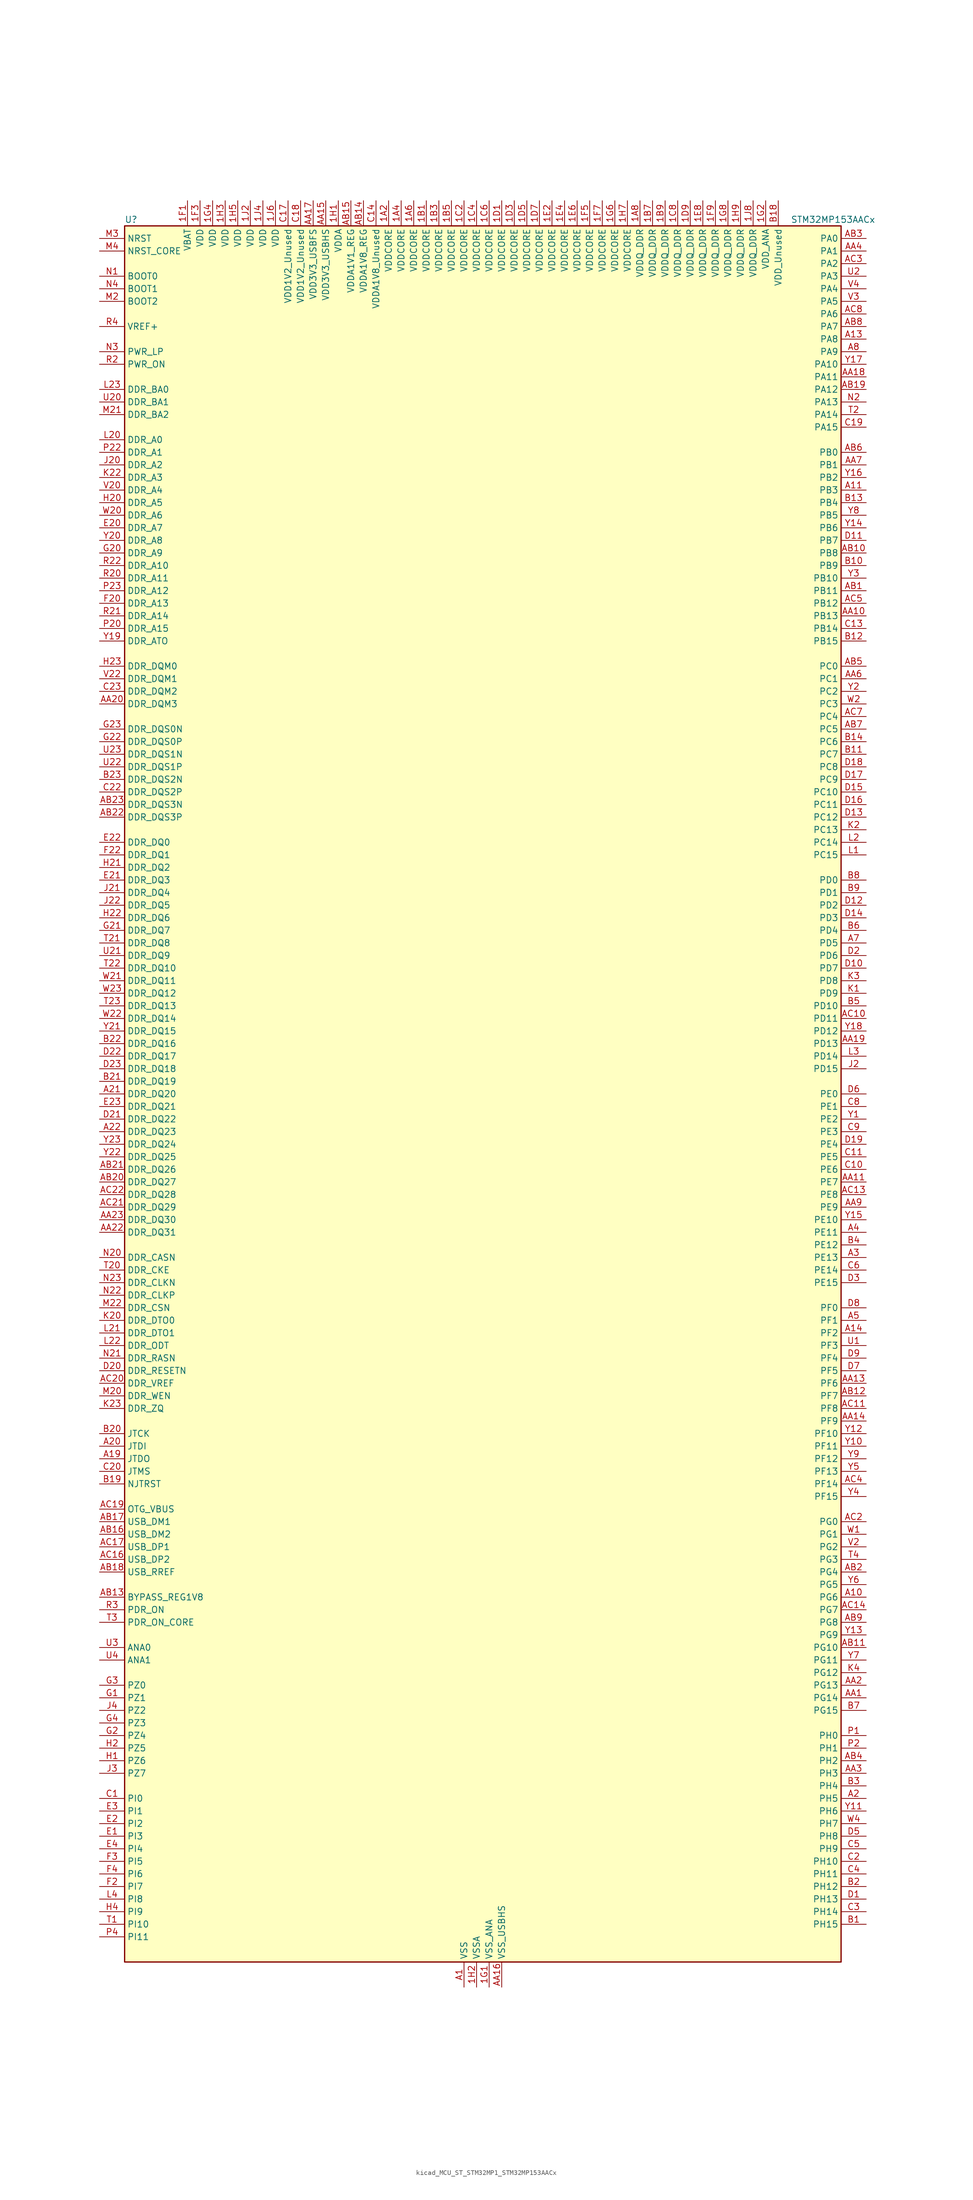
<source format=kicad_sym>
(kicad_symbol_lib
  (version 20220914)
  (generator kicad_symbol_editor)
  (symbol "kicad_MCU_ST_STM32MP1_STM32MP153AACx"
    (property "Reference" "U"
      (at -71.12 176.53 0)
      (effects (font (size 1.27 1.27)) (justify left)))
    (property "Value" "STM32MP153AACx"
      (at 63.5 176.53 0)
      (effects (font (size 1.27 1.27)) (justify left)))
    (property "ki_locked" ""
      (at 0 0 0)
      (effects (font (size 1.27 1.27))))
    (symbol "kicad_MCU_ST_STM32MP1_STM32MP153AACx_0_1"
      (rectangle (start -71.12 -175.26) (end 73.66 175.26) (stroke (width 0.254) (type default)) (fill (type background))))
    (symbol "kicad_MCU_ST_STM32MP1_STM32MP153AACx_1_1"
      (pin power_in line (at -17.78 180.34 270) (length 5.08) (name "VDDCORE" (effects (font (size 1.27 1.27)))) (number "1A2" (effects (font (size 1.27 1.27)))))
      (pin passive line (at -2.54 -180.34 90) (length 5.08) hide (name "VSS" (effects (font (size 1.27 1.27)))) (number "1A3" (effects (font (size 1.27 1.27)))))
      (pin power_in line (at -15.24 180.34 270) (length 5.08) (name "VDDCORE" (effects (font (size 1.27 1.27)))) (number "1A4" (effects (font (size 1.27 1.27)))))
      (pin passive line (at -2.54 -180.34 90) (length 5.08) hide (name "VSS" (effects (font (size 1.27 1.27)))) (number "1A5" (effects (font (size 1.27 1.27)))))
      (pin power_in line (at -12.7 180.34 270) (length 5.08) (name "VDDCORE" (effects (font (size 1.27 1.27)))) (number "1A6" (effects (font (size 1.27 1.27)))))
      (pin passive line (at -2.54 -180.34 90) (length 5.08) hide (name "VSS" (effects (font (size 1.27 1.27)))) (number "1A7" (effects (font (size 1.27 1.27)))))
      (pin power_in line (at 33.02 180.34 270) (length 5.08) (name "VDDQ_DDR" (effects (font (size 1.27 1.27)))) (number "1A8" (effects (font (size 1.27 1.27)))))
      (pin power_in line (at -10.16 180.34 270) (length 5.08) (name "VDDCORE" (effects (font (size 1.27 1.27)))) (number "1B1" (effects (font (size 1.27 1.27)))))
      (pin passive line (at -2.54 -180.34 90) (length 5.08) hide (name "VSS" (effects (font (size 1.27 1.27)))) (number "1B2" (effects (font (size 1.27 1.27)))))
      (pin power_in line (at -7.62 180.34 270) (length 5.08) (name "VDDCORE" (effects (font (size 1.27 1.27)))) (number "1B3" (effects (font (size 1.27 1.27)))))
      (pin passive line (at -2.54 -180.34 90) (length 5.08) hide (name "VSS" (effects (font (size 1.27 1.27)))) (number "1B4" (effects (font (size 1.27 1.27)))))
      (pin power_in line (at -5.08 180.34 270) (length 5.08) (name "VDDCORE" (effects (font (size 1.27 1.27)))) (number "1B5" (effects (font (size 1.27 1.27)))))
      (pin passive line (at -2.54 -180.34 90) (length 5.08) hide (name "VSS" (effects (font (size 1.27 1.27)))) (number "1B6" (effects (font (size 1.27 1.27)))))
      (pin power_in line (at 35.56 180.34 270) (length 5.08) (name "VDDQ_DDR" (effects (font (size 1.27 1.27)))) (number "1B7" (effects (font (size 1.27 1.27)))))
      (pin passive line (at -2.54 -180.34 90) (length 5.08) hide (name "VSS" (effects (font (size 1.27 1.27)))) (number "1B8" (effects (font (size 1.27 1.27)))))
      (pin power_in line (at 38.1 180.34 270) (length 5.08) (name "VDDQ_DDR" (effects (font (size 1.27 1.27)))) (number "1B9" (effects (font (size 1.27 1.27)))))
      (pin passive line (at -2.54 -180.34 90) (length 5.08) hide (name "VSS" (effects (font (size 1.27 1.27)))) (number "1C1" (effects (font (size 1.27 1.27)))))
      (pin power_in line (at -2.54 180.34 270) (length 5.08) (name "VDDCORE" (effects (font (size 1.27 1.27)))) (number "1C2" (effects (font (size 1.27 1.27)))))
      (pin passive line (at -2.54 -180.34 90) (length 5.08) hide (name "VSS" (effects (font (size 1.27 1.27)))) (number "1C3" (effects (font (size 1.27 1.27)))))
      (pin power_in line (at 0 180.34 270) (length 5.08) (name "VDDCORE" (effects (font (size 1.27 1.27)))) (number "1C4" (effects (font (size 1.27 1.27)))))
      (pin passive line (at -2.54 -180.34 90) (length 5.08) hide (name "VSS" (effects (font (size 1.27 1.27)))) (number "1C5" (effects (font (size 1.27 1.27)))))
      (pin power_in line (at 2.54 180.34 270) (length 5.08) (name "VDDCORE" (effects (font (size 1.27 1.27)))) (number "1C6" (effects (font (size 1.27 1.27)))))
      (pin passive line (at -2.54 -180.34 90) (length 5.08) hide (name "VSS" (effects (font (size 1.27 1.27)))) (number "1C7" (effects (font (size 1.27 1.27)))))
      (pin power_in line (at 40.64 180.34 270) (length 5.08) (name "VDDQ_DDR" (effects (font (size 1.27 1.27)))) (number "1C8" (effects (font (size 1.27 1.27)))))
      (pin passive line (at -2.54 -180.34 90) (length 5.08) hide (name "VSS" (effects (font (size 1.27 1.27)))) (number "1C9" (effects (font (size 1.27 1.27)))))
      (pin power_in line (at 5.08 180.34 270) (length 5.08) (name "VDDCORE" (effects (font (size 1.27 1.27)))) (number "1D1" (effects (font (size 1.27 1.27)))))
      (pin passive line (at -2.54 -180.34 90) (length 5.08) hide (name "VSS" (effects (font (size 1.27 1.27)))) (number "1D2" (effects (font (size 1.27 1.27)))))
      (pin power_in line (at 7.62 180.34 270) (length 5.08) (name "VDDCORE" (effects (font (size 1.27 1.27)))) (number "1D3" (effects (font (size 1.27 1.27)))))
      (pin passive line (at -2.54 -180.34 90) (length 5.08) hide (name "VSS" (effects (font (size 1.27 1.27)))) (number "1D4" (effects (font (size 1.27 1.27)))))
      (pin power_in line (at 10.16 180.34 270) (length 5.08) (name "VDDCORE" (effects (font (size 1.27 1.27)))) (number "1D5" (effects (font (size 1.27 1.27)))))
      (pin passive line (at -2.54 -180.34 90) (length 5.08) hide (name "VSS" (effects (font (size 1.27 1.27)))) (number "1D6" (effects (font (size 1.27 1.27)))))
      (pin power_in line (at 12.7 180.34 270) (length 5.08) (name "VDDCORE" (effects (font (size 1.27 1.27)))) (number "1D7" (effects (font (size 1.27 1.27)))))
      (pin passive line (at -2.54 -180.34 90) (length 5.08) hide (name "VSS" (effects (font (size 1.27 1.27)))) (number "1D8" (effects (font (size 1.27 1.27)))))
      (pin power_in line (at 43.18 180.34 270) (length 5.08) (name "VDDQ_DDR" (effects (font (size 1.27 1.27)))) (number "1D9" (effects (font (size 1.27 1.27)))))
      (pin passive line (at -2.54 -180.34 90) (length 5.08) hide (name "VSS" (effects (font (size 1.27 1.27)))) (number "1E1" (effects (font (size 1.27 1.27)))))
      (pin power_in line (at 15.24 180.34 270) (length 5.08) (name "VDDCORE" (effects (font (size 1.27 1.27)))) (number "1E2" (effects (font (size 1.27 1.27)))))
      (pin passive line (at -2.54 -180.34 90) (length 5.08) hide (name "VSS" (effects (font (size 1.27 1.27)))) (number "1E3" (effects (font (size 1.27 1.27)))))
      (pin power_in line (at 17.78 180.34 270) (length 5.08) (name "VDDCORE" (effects (font (size 1.27 1.27)))) (number "1E4" (effects (font (size 1.27 1.27)))))
      (pin passive line (at -2.54 -180.34 90) (length 5.08) hide (name "VSS" (effects (font (size 1.27 1.27)))) (number "1E5" (effects (font (size 1.27 1.27)))))
      (pin power_in line (at 20.32 180.34 270) (length 5.08) (name "VDDCORE" (effects (font (size 1.27 1.27)))) (number "1E6" (effects (font (size 1.27 1.27)))))
      (pin passive line (at -2.54 -180.34 90) (length 5.08) hide (name "VSS" (effects (font (size 1.27 1.27)))) (number "1E7" (effects (font (size 1.27 1.27)))))
      (pin power_in line (at 45.72 180.34 270) (length 5.08) (name "VDDQ_DDR" (effects (font (size 1.27 1.27)))) (number "1E8" (effects (font (size 1.27 1.27)))))
      (pin passive line (at -2.54 -180.34 90) (length 5.08) hide (name "VSS" (effects (font (size 1.27 1.27)))) (number "1E9" (effects (font (size 1.27 1.27)))))
      (pin power_in line (at -58.42 180.34 270) (length 5.08) (name "VBAT" (effects (font (size 1.27 1.27)))) (number "1F1" (effects (font (size 1.27 1.27)))))
      (pin passive line (at -2.54 -180.34 90) (length 5.08) hide (name "VSS" (effects (font (size 1.27 1.27)))) (number "1F2" (effects (font (size 1.27 1.27)))))
      (pin power_in line (at -55.88 180.34 270) (length 5.08) (name "VDD" (effects (font (size 1.27 1.27)))) (number "1F3" (effects (font (size 1.27 1.27)))))
      (pin passive line (at -2.54 -180.34 90) (length 5.08) hide (name "VSS" (effects (font (size 1.27 1.27)))) (number "1F4" (effects (font (size 1.27 1.27)))))
      (pin power_in line (at 22.86 180.34 270) (length 5.08) (name "VDDCORE" (effects (font (size 1.27 1.27)))) (number "1F5" (effects (font (size 1.27 1.27)))))
      (pin passive line (at -2.54 -180.34 90) (length 5.08) hide (name "VSS" (effects (font (size 1.27 1.27)))) (number "1F6" (effects (font (size 1.27 1.27)))))
      (pin power_in line (at 25.4 180.34 270) (length 5.08) (name "VDDCORE" (effects (font (size 1.27 1.27)))) (number "1F7" (effects (font (size 1.27 1.27)))))
      (pin passive line (at -2.54 -180.34 90) (length 5.08) hide (name "VSS" (effects (font (size 1.27 1.27)))) (number "1F8" (effects (font (size 1.27 1.27)))))
      (pin power_in line (at 48.26 180.34 270) (length 5.08) (name "VDDQ_DDR" (effects (font (size 1.27 1.27)))) (number "1F9" (effects (font (size 1.27 1.27)))))
      (pin power_in line (at 2.54 -180.34 90) (length 5.08) (name "VSS_ANA" (effects (font (size 1.27 1.27)))) (number "1G1" (effects (font (size 1.27 1.27)))))
      (pin power_in line (at 58.42 180.34 270) (length 5.08) (name "VDD_ANA" (effects (font (size 1.27 1.27)))) (number "1G2" (effects (font (size 1.27 1.27)))))
      (pin passive line (at -2.54 -180.34 90) (length 5.08) hide (name "VSS" (effects (font (size 1.27 1.27)))) (number "1G3" (effects (font (size 1.27 1.27)))))
      (pin power_in line (at -53.34 180.34 270) (length 5.08) (name "VDD" (effects (font (size 1.27 1.27)))) (number "1G4" (effects (font (size 1.27 1.27)))))
      (pin passive line (at -2.54 -180.34 90) (length 5.08) hide (name "VSS" (effects (font (size 1.27 1.27)))) (number "1G5" (effects (font (size 1.27 1.27)))))
      (pin power_in line (at 27.94 180.34 270) (length 5.08) (name "VDDCORE" (effects (font (size 1.27 1.27)))) (number "1G6" (effects (font (size 1.27 1.27)))))
      (pin passive line (at -2.54 -180.34 90) (length 5.08) hide (name "VSS" (effects (font (size 1.27 1.27)))) (number "1G7" (effects (font (size 1.27 1.27)))))
      (pin power_in line (at 50.8 180.34 270) (length 5.08) (name "VDDQ_DDR" (effects (font (size 1.27 1.27)))) (number "1G8" (effects (font (size 1.27 1.27)))))
      (pin passive line (at -2.54 -180.34 90) (length 5.08) hide (name "VSS" (effects (font (size 1.27 1.27)))) (number "1G9" (effects (font (size 1.27 1.27)))))
      (pin power_in line (at -27.94 180.34 270) (length 5.08) (name "VDDA" (effects (font (size 1.27 1.27)))) (number "1H1" (effects (font (size 1.27 1.27)))))
      (pin power_in line (at 0 -180.34 90) (length 5.08) (name "VSSA" (effects (font (size 1.27 1.27)))) (number "1H2" (effects (font (size 1.27 1.27)))))
      (pin power_in line (at -50.8 180.34 270) (length 5.08) (name "VDD" (effects (font (size 1.27 1.27)))) (number "1H3" (effects (font (size 1.27 1.27)))))
      (pin passive line (at -2.54 -180.34 90) (length 5.08) hide (name "VSS" (effects (font (size 1.27 1.27)))) (number "1H4" (effects (font (size 1.27 1.27)))))
      (pin power_in line (at -48.26 180.34 270) (length 5.08) (name "VDD" (effects (font (size 1.27 1.27)))) (number "1H5" (effects (font (size 1.27 1.27)))))
      (pin passive line (at -2.54 -180.34 90) (length 5.08) hide (name "VSS" (effects (font (size 1.27 1.27)))) (number "1H6" (effects (font (size 1.27 1.27)))))
      (pin power_in line (at 30.48 180.34 270) (length 5.08) (name "VDDCORE" (effects (font (size 1.27 1.27)))) (number "1H7" (effects (font (size 1.27 1.27)))))
      (pin passive line (at -2.54 -180.34 90) (length 5.08) hide (name "VSS" (effects (font (size 1.27 1.27)))) (number "1H8" (effects (font (size 1.27 1.27)))))
      (pin power_in line (at 53.34 180.34 270) (length 5.08) (name "VDDQ_DDR" (effects (font (size 1.27 1.27)))) (number "1H9" (effects (font (size 1.27 1.27)))))
      (pin power_in line (at -45.72 180.34 270) (length 5.08) (name "VDD" (effects (font (size 1.27 1.27)))) (number "1J2" (effects (font (size 1.27 1.27)))))
      (pin passive line (at -2.54 -180.34 90) (length 5.08) hide (name "VSS" (effects (font (size 1.27 1.27)))) (number "1J3" (effects (font (size 1.27 1.27)))))
      (pin power_in line (at -43.18 180.34 270) (length 5.08) (name "VDD" (effects (font (size 1.27 1.27)))) (number "1J4" (effects (font (size 1.27 1.27)))))
      (pin passive line (at -2.54 -180.34 90) (length 5.08) hide (name "VSS" (effects (font (size 1.27 1.27)))) (number "1J5" (effects (font (size 1.27 1.27)))))
      (pin power_in line (at -40.64 180.34 270) (length 5.08) (name "VDD" (effects (font (size 1.27 1.27)))) (number "1J6" (effects (font (size 1.27 1.27)))))
      (pin passive line (at -2.54 -180.34 90) (length 5.08) hide (name "VSS" (effects (font (size 1.27 1.27)))) (number "1J7" (effects (font (size 1.27 1.27)))))
      (pin power_in line (at 55.88 180.34 270) (length 5.08) (name "VDDQ_DDR" (effects (font (size 1.27 1.27)))) (number "1J8" (effects (font (size 1.27 1.27)))))
      (pin power_in line (at -2.54 -180.34 90) (length 5.08) (name "VSS" (effects (font (size 1.27 1.27)))) (number "A1" (effects (font (size 1.27 1.27)))))
      (pin bidirectional line (at 78.74 -101.6 180) (length 5.08) (name "PG6" (effects (font (size 1.27 1.27)))) (number "A10" (effects (font (size 1.27 1.27)))) (alternate "DCMI_D12" bidirectional line) (alternate "DEBUG_TRACED14" bidirectional line) (alternate "LTDC_R7" bidirectional line) (alternate "SDMMC2_CMD" bidirectional line) (alternate "TIM17_BKIN" bidirectional line))
      (pin bidirectional line (at 78.74 121.92 180) (length 5.08) (name "PB3" (effects (font (size 1.27 1.27)))) (number "A11" (effects (font (size 1.27 1.27)))) (alternate "DEBUG_TRACED9" bidirectional line) (alternate "I2S1_CK" bidirectional line) (alternate "I2S3_CK" bidirectional line) (alternate "SAI4_CK1" bidirectional line) (alternate "SAI4_MCLK_A" bidirectional line) (alternate "SDMMC2_D2" bidirectional line) (alternate "SPI1_SCK" bidirectional line) (alternate "SPI3_SCK" bidirectional line) (alternate "SPI6_SCK" bidirectional line) (alternate "TIM2_CH2" bidirectional line) (alternate "UART7_RX" bidirectional line))
      (pin bidirectional line (at 78.74 152.4 180) (length 5.08) (name "PA8" (effects (font (size 1.27 1.27)))) (number "A13" (effects (font (size 1.27 1.27)))) (alternate "I2C3_SCL" bidirectional line) (alternate "I2S3_SDO" bidirectional line) (alternate "LTDC_R6" bidirectional line) (alternate "RCC_MCO_1" bidirectional line) (alternate "SAI4_SD_B" bidirectional line) (alternate "SDMMC2_CKIN" bidirectional line) (alternate "SDMMC2_D4" bidirectional line) (alternate "SPI3_MOSI" bidirectional line) (alternate "TIM1_CH1" bidirectional line) (alternate "TIM8_BKIN2" bidirectional line) (alternate "UART7_RX" bidirectional line) (alternate "USART1_CK" bidirectional line) (alternate "USB_OTG_HS_SOF" bidirectional line))
      (pin bidirectional line (at 78.74 -48.26 180) (length 5.08) (name "PF2" (effects (font (size 1.27 1.27)))) (number "A14" (effects (font (size 1.27 1.27)))) (alternate "FMC_A2" bidirectional line) (alternate "I2C2_SMBA" bidirectional line) (alternate "SDMMC1_D0DIR" bidirectional line) (alternate "SDMMC2_D0DIR" bidirectional line) (alternate "SDMMC3_D0DIR" bidirectional line))
      (pin no_connect line (at -71.12 -175.26 0) (length 5.08) hide (name "DNU" (effects (font (size 1.27 1.27)))) (number "A16" (effects (font (size 1.27 1.27)))))
      (pin no_connect line (at -71.12 -172.72 0) (length 5.08) hide (name "DNU" (effects (font (size 1.27 1.27)))) (number "A17" (effects (font (size 1.27 1.27)))))
      (pin bidirectional line (at -76.2 -73.66 0) (length 5.08) (name "JTDO" (effects (font (size 1.27 1.27)))) (number "A19" (effects (font (size 1.27 1.27)))) (alternate "DEBUG_JTDO-SWO" bidirectional line))
      (pin bidirectional line (at 78.74 -142.24 180) (length 5.08) (name "PH5" (effects (font (size 1.27 1.27)))) (number "A2" (effects (font (size 1.27 1.27)))) (alternate "I2C2_SDA" bidirectional line) (alternate "SAI4_SD_B" bidirectional line) (alternate "SPI5_NSS" bidirectional line))
      (pin bidirectional line (at -76.2 -71.12 0) (length 5.08) (name "JTDI" (effects (font (size 1.27 1.27)))) (number "A20" (effects (font (size 1.27 1.27)))) (alternate "DEBUG_JTDI" bidirectional line))
      (pin bidirectional line (at -76.2 0 0) (length 5.08) (name "DDR_DQ20" (effects (font (size 1.27 1.27)))) (number "A21" (effects (font (size 1.27 1.27)))) (alternate "DDR_DQ20" bidirectional line))
      (pin bidirectional line (at -76.2 -7.62 0) (length 5.08) (name "DDR_DQ23" (effects (font (size 1.27 1.27)))) (number "A22" (effects (font (size 1.27 1.27)))) (alternate "DDR_DQ23" bidirectional line))
      (pin passive line (at -2.54 -180.34 90) (length 5.08) hide (name "VSS" (effects (font (size 1.27 1.27)))) (number "A23" (effects (font (size 1.27 1.27)))))
      (pin bidirectional line (at 78.74 -33.02 180) (length 5.08) (name "PE13" (effects (font (size 1.27 1.27)))) (number "A3" (effects (font (size 1.27 1.27)))) (alternate "DCMI_D6" bidirectional line) (alternate "DFSDM1_CKIN5" bidirectional line) (alternate "FMC_D10" bidirectional line) (alternate "FMC_DA10" bidirectional line) (alternate "HDP_HDP2" bidirectional line) (alternate "LTDC_DE" bidirectional line) (alternate "SAI2_FS_B" bidirectional line) (alternate "SPI4_MISO" bidirectional line) (alternate "TIM1_CH3" bidirectional line))
      (pin bidirectional line (at 78.74 -27.94 180) (length 5.08) (name "PE11" (effects (font (size 1.27 1.27)))) (number "A4" (effects (font (size 1.27 1.27)))) (alternate "ADC1_EXTI11" bidirectional line) (alternate "ADC2_EXTI11" bidirectional line) (alternate "DCMI_D4" bidirectional line) (alternate "DFSDM1_CKIN4" bidirectional line) (alternate "FMC_D8" bidirectional line) (alternate "FMC_DA8" bidirectional line) (alternate "LTDC_G3" bidirectional line) (alternate "SAI2_SD_B" bidirectional line) (alternate "SPI4_NSS" bidirectional line) (alternate "TIM1_CH2" bidirectional line) (alternate "USART6_CK" bidirectional line))
      (pin bidirectional line (at 78.74 -45.72 180) (length 5.08) (name "PF1" (effects (font (size 1.27 1.27)))) (number "A5" (effects (font (size 1.27 1.27)))) (alternate "FMC_A1" bidirectional line) (alternate "I2C2_SCL" bidirectional line) (alternate "SDMMC3_CDIR" bidirectional line) (alternate "SDMMC3_CMD" bidirectional line))
      (pin bidirectional line (at 78.74 30.48 180) (length 5.08) (name "PD5" (effects (font (size 1.27 1.27)))) (number "A7" (effects (font (size 1.27 1.27)))) (alternate "FMC_NWE" bidirectional line) (alternate "SDMMC3_D2" bidirectional line) (alternate "USART2_TX" bidirectional line))
      (pin bidirectional line (at 78.74 149.86 180) (length 5.08) (name "PA9" (effects (font (size 1.27 1.27)))) (number "A8" (effects (font (size 1.27 1.27)))) (alternate "DAC1_EXTI9" bidirectional line) (alternate "DCMI_D0" bidirectional line) (alternate "I2C3_SMBA" bidirectional line) (alternate "I2S2_CK" bidirectional line) (alternate "LTDC_R5" bidirectional line) (alternate "SDMMC2_CDIR" bidirectional line) (alternate "SDMMC2_D5" bidirectional line) (alternate "SPI2_SCK" bidirectional line) (alternate "TIM1_CH2" bidirectional line) (alternate "USART1_TX" bidirectional line))
      (pin bidirectional line (at 78.74 -121.92 180) (length 5.08) (name "PG14" (effects (font (size 1.27 1.27)))) (number "AA1" (effects (font (size 1.27 1.27)))) (alternate "DEBUG_TRACED1" bidirectional line) (alternate "ETH1_TXD1" bidirectional line) (alternate "FMC_A25" bidirectional line) (alternate "LPTIM1_ETR" bidirectional line) (alternate "LTDC_B0" bidirectional line) (alternate "QUADSPI_BK2_IO3" bidirectional line) (alternate "SAI4_D1" bidirectional line) (alternate "SAI4_SD_A" bidirectional line) (alternate "SPI6_MOSI" bidirectional line) (alternate "USART6_TX" bidirectional line))
      (pin bidirectional line (at 78.74 96.52 180) (length 5.08) (name "PB13" (effects (font (size 1.27 1.27)))) (number "AA10" (effects (font (size 1.27 1.27)))) (alternate "DFSDM1_CKIN1" bidirectional line) (alternate "DFSDM1_CKOUT" bidirectional line) (alternate "ETH1_TXD1" bidirectional line) (alternate "FDCAN2_TX" bidirectional line) (alternate "I2S2_CK" bidirectional line) (alternate "LPTIM2_OUT" bidirectional line) (alternate "SPI2_SCK" bidirectional line) (alternate "TIM1_CH1N" bidirectional line) (alternate "UART5_TX" bidirectional line) (alternate "USART3_CTS" bidirectional line) (alternate "USART3_NSS" bidirectional line))
      (pin bidirectional line (at 78.74 -17.78 180) (length 5.08) (name "PE7" (effects (font (size 1.27 1.27)))) (number "AA11" (effects (font (size 1.27 1.27)))) (alternate "DFSDM1_DATIN2" bidirectional line) (alternate "FMC_D4" bidirectional line) (alternate "FMC_DA4" bidirectional line) (alternate "QUADSPI_BK2_IO0" bidirectional line) (alternate "TIM1_ETR" bidirectional line) (alternate "TIM3_ETR" bidirectional line) (alternate "UART7_RX" bidirectional line))
      (pin passive line (at -2.54 -180.34 90) (length 5.08) hide (name "VSS" (effects (font (size 1.27 1.27)))) (number "AA12" (effects (font (size 1.27 1.27)))))
      (pin bidirectional line (at 78.74 -58.42 180) (length 5.08) (name "PF6" (effects (font (size 1.27 1.27)))) (number "AA13" (effects (font (size 1.27 1.27)))) (alternate "QUADSPI_BK1_IO3" bidirectional line) (alternate "SAI1_SD_B" bidirectional line) (alternate "SAI4_SCK_B" bidirectional line) (alternate "SPI5_NSS" bidirectional line) (alternate "TIM16_CH1" bidirectional line) (alternate "UART7_RX" bidirectional line))
      (pin bidirectional line (at 78.74 -66.04 180) (length 5.08) (name "PF9" (effects (font (size 1.27 1.27)))) (number "AA14" (effects (font (size 1.27 1.27)))) (alternate "DAC1_EXTI9" bidirectional line) (alternate "DEBUG_TRACED13" bidirectional line) (alternate "QUADSPI_BK1_IO1" bidirectional line) (alternate "SAI1_FS_B" bidirectional line) (alternate "SPI5_MOSI" bidirectional line) (alternate "TIM14_CH1" bidirectional line) (alternate "TIM17_CH1N" bidirectional line) (alternate "UART7_CTS" bidirectional line))
      (pin power_in line (at -30.48 180.34 270) (length 5.08) (name "VDD3V3_USBHS" (effects (font (size 1.27 1.27)))) (number "AA15" (effects (font (size 1.27 1.27)))))
      (pin power_in line (at 5.08 -180.34 90) (length 5.08) (name "VSS_USBHS" (effects (font (size 1.27 1.27)))) (number "AA16" (effects (font (size 1.27 1.27)))))
      (pin power_in line (at -33.02 180.34 270) (length 5.08) (name "VDD3V3_USBFS" (effects (font (size 1.27 1.27)))) (number "AA17" (effects (font (size 1.27 1.27)))))
      (pin bidirectional line (at 78.74 144.78 180) (length 5.08) (name "PA11" (effects (font (size 1.27 1.27)))) (number "AA18" (effects (font (size 1.27 1.27)))) (alternate "ADC1_EXTI11" bidirectional line) (alternate "ADC2_EXTI11" bidirectional line) (alternate "FDCAN1_RX" bidirectional line) (alternate "I2C5_SCL" bidirectional line) (alternate "I2C6_SCL" bidirectional line) (alternate "I2S2_WS" bidirectional line) (alternate "LTDC_R4" bidirectional line) (alternate "SPI2_NSS" bidirectional line) (alternate "TIM1_CH4" bidirectional line) (alternate "UART4_RX" bidirectional line) (alternate "USART1_CTS" bidirectional line) (alternate "USART1_NSS" bidirectional line))
      (pin bidirectional line (at 78.74 10.16 180) (length 5.08) (name "PD13" (effects (font (size 1.27 1.27)))) (number "AA19" (effects (font (size 1.27 1.27)))) (alternate "FMC_A18" bidirectional line) (alternate "I2C1_SDA" bidirectional line) (alternate "I2C4_SDA" bidirectional line) (alternate "I2S3_MCK" bidirectional line) (alternate "LPTIM1_OUT" bidirectional line) (alternate "QUADSPI_BK1_IO3" bidirectional line) (alternate "SAI2_SCK_A" bidirectional line) (alternate "TIM4_CH2" bidirectional line))
      (pin bidirectional line (at 78.74 -119.38 180) (length 5.08) (name "PG13" (effects (font (size 1.27 1.27)))) (number "AA2" (effects (font (size 1.27 1.27)))) (alternate "DEBUG_TRACED0" bidirectional line) (alternate "ETH1_TXD0" bidirectional line) (alternate "FMC_A24" bidirectional line) (alternate "LPTIM1_OUT" bidirectional line) (alternate "LTDC_R0" bidirectional line) (alternate "SAI1_CK2" bidirectional line) (alternate "SAI1_SCK_A" bidirectional line) (alternate "SAI4_CK1" bidirectional line) (alternate "SAI4_MCLK_A" bidirectional line) (alternate "SPI6_SCK" bidirectional line) (alternate "USART6_CTS" bidirectional line) (alternate "USART6_NSS" bidirectional line))
      (pin bidirectional line (at -76.2 78.74 0) (length 5.08) (name "DDR_DQM3" (effects (font (size 1.27 1.27)))) (number "AA20" (effects (font (size 1.27 1.27)))) (alternate "DDR_DQM3" bidirectional line))
      (pin passive line (at -2.54 -180.34 90) (length 5.08) hide (name "VSS" (effects (font (size 1.27 1.27)))) (number "AA21" (effects (font (size 1.27 1.27)))))
      (pin bidirectional line (at -76.2 -27.94 0) (length 5.08) (name "DDR_DQ31" (effects (font (size 1.27 1.27)))) (number "AA22" (effects (font (size 1.27 1.27)))) (alternate "DDR_DQ31" bidirectional line))
      (pin bidirectional line (at -76.2 -25.4 0) (length 5.08) (name "DDR_DQ30" (effects (font (size 1.27 1.27)))) (number "AA23" (effects (font (size 1.27 1.27)))) (alternate "DDR_DQ30" bidirectional line))
      (pin bidirectional line (at 78.74 -137.16 180) (length 5.08) (name "PH3" (effects (font (size 1.27 1.27)))) (number "AA3" (effects (font (size 1.27 1.27)))) (alternate "DFSDM1_CKIN4" bidirectional line) (alternate "ETH1_COL" bidirectional line) (alternate "LTDC_R1" bidirectional line) (alternate "QUADSPI_BK2_IO1" bidirectional line) (alternate "SAI2_MCLK_B" bidirectional line))
      (pin bidirectional line (at 78.74 170.18 180) (length 5.08) (name "PA1" (effects (font (size 1.27 1.27)))) (number "AA4" (effects (font (size 1.27 1.27)))) (alternate "ADC1_INN16" bidirectional line) (alternate "ADC1_INP17" bidirectional line) (alternate "ETH1_CLK" bidirectional line) (alternate "ETH1_REF_CLK" bidirectional line) (alternate "ETH1_RX_CLK" bidirectional line) (alternate "LPTIM3_OUT" bidirectional line) (alternate "LTDC_R2" bidirectional line) (alternate "QUADSPI_BK1_IO3" bidirectional line) (alternate "SAI2_MCLK_B" bidirectional line) (alternate "TIM15_CH1N" bidirectional line) (alternate "TIM2_CH2" bidirectional line) (alternate "TIM5_CH2" bidirectional line) (alternate "UART4_RX" bidirectional line) (alternate "USART2_DE" bidirectional line) (alternate "USART2_RTS" bidirectional line))
      (pin passive line (at -2.54 -180.34 90) (length 5.08) hide (name "VSS" (effects (font (size 1.27 1.27)))) (number "AA5" (effects (font (size 1.27 1.27)))))
      (pin bidirectional line (at 78.74 83.82 180) (length 5.08) (name "PC1" (effects (font (size 1.27 1.27)))) (number "AA6" (effects (font (size 1.27 1.27)))) (alternate "ADC1_INN10" bidirectional line) (alternate "ADC1_INP11" bidirectional line) (alternate "ADC2_INN10" bidirectional line) (alternate "ADC2_INP11" bidirectional line) (alternate "DEBUG_TRACED0" bidirectional line) (alternate "DFSDM1_CKIN4" bidirectional line) (alternate "DFSDM1_DATIN0" bidirectional line) (alternate "ETH1_MDC" bidirectional line) (alternate "I2S2_SDO" bidirectional line) (alternate "PWR_WKUP6" bidirectional line) (alternate "SAI1_D1" bidirectional line) (alternate "SAI1_SD_A" bidirectional line) (alternate "SDMMC2_CK" bidirectional line) (alternate "SPI2_MOSI" bidirectional line) (alternate "TAMP_IN3" bidirectional line))
      (pin bidirectional line (at 78.74 127 180) (length 5.08) (name "PB1" (effects (font (size 1.27 1.27)))) (number "AA7" (effects (font (size 1.27 1.27)))) (alternate "ADC1_INP5" bidirectional line) (alternate "ADC2_INP5" bidirectional line) (alternate "DFSDM1_DATIN1" bidirectional line) (alternate "ETH1_RXD3" bidirectional line) (alternate "LTDC_G0" bidirectional line) (alternate "LTDC_R6" bidirectional line) (alternate "TIM1_CH3N" bidirectional line) (alternate "TIM3_CH4" bidirectional line) (alternate "TIM8_CH3N" bidirectional line))
      (pin passive line (at -2.54 -180.34 90) (length 5.08) hide (name "VSS" (effects (font (size 1.27 1.27)))) (number "AA8" (effects (font (size 1.27 1.27)))))
      (pin bidirectional line (at 78.74 -22.86 180) (length 5.08) (name "PE9" (effects (font (size 1.27 1.27)))) (number "AA9" (effects (font (size 1.27 1.27)))) (alternate "DAC1_EXTI9" bidirectional line) (alternate "DFSDM1_CKOUT" bidirectional line) (alternate "FMC_D6" bidirectional line) (alternate "FMC_DA6" bidirectional line) (alternate "QUADSPI_BK2_IO2" bidirectional line) (alternate "TIM1_CH1" bidirectional line) (alternate "UART7_DE" bidirectional line) (alternate "UART7_RTS" bidirectional line))
      (pin bidirectional line (at 78.74 101.6 180) (length 5.08) (name "PB11" (effects (font (size 1.27 1.27)))) (number "AB1" (effects (font (size 1.27 1.27)))) (alternate "ADC1_EXTI11" bidirectional line) (alternate "ADC2_EXTI11" bidirectional line) (alternate "DFSDM1_CKIN7" bidirectional line) (alternate "ETH1_TX_CTL" bidirectional line) (alternate "ETH1_TX_EN" bidirectional line) (alternate "I2C2_SDA" bidirectional line) (alternate "LPTIM2_ETR" bidirectional line) (alternate "LTDC_G5" bidirectional line) (alternate "TIM2_CH4" bidirectional line) (alternate "USART3_RX" bidirectional line))
      (pin bidirectional line (at 78.74 109.22 180) (length 5.08) (name "PB8" (effects (font (size 1.27 1.27)))) (number "AB10" (effects (font (size 1.27 1.27)))) (alternate "DCMI_D6" bidirectional line) (alternate "DFSDM1_CKIN7" bidirectional line) (alternate "ETH1_TXD3" bidirectional line) (alternate "FDCAN1_RX" bidirectional line) (alternate "HDP_HDP6" bidirectional line) (alternate "I2C1_SCL" bidirectional line) (alternate "I2C4_SCL" bidirectional line) (alternate "LTDC_B6" bidirectional line) (alternate "SDMMC1_CKIN" bidirectional line) (alternate "SDMMC1_D4" bidirectional line) (alternate "SDMMC2_CKIN" bidirectional line) (alternate "SDMMC2_D4" bidirectional line) (alternate "TIM16_CH1" bidirectional line) (alternate "TIM4_CH3" bidirectional line) (alternate "UART4_RX" bidirectional line))
      (pin bidirectional line (at 78.74 -111.76 180) (length 5.08) (name "PG10" (effects (font (size 1.27 1.27)))) (number "AB11" (effects (font (size 1.27 1.27)))) (alternate "DCMI_D2" bidirectional line) (alternate "DEBUG_TRACED10" bidirectional line) (alternate "FMC_NE3" bidirectional line) (alternate "LTDC_B2" bidirectional line) (alternate "LTDC_G3" bidirectional line) (alternate "QUADSPI_BK2_IO2" bidirectional line) (alternate "SAI2_SD_B" bidirectional line) (alternate "UART8_CTS" bidirectional line))
      (pin bidirectional line (at 78.74 -60.96 180) (length 5.08) (name "PF7" (effects (font (size 1.27 1.27)))) (number "AB12" (effects (font (size 1.27 1.27)))) (alternate "QUADSPI_BK1_IO2" bidirectional line) (alternate "SAI1_MCLK_B" bidirectional line) (alternate "SPI5_SCK" bidirectional line) (alternate "TIM17_CH1" bidirectional line) (alternate "UART7_TX" bidirectional line))
      (pin bidirectional line (at -76.2 -101.6 0) (length 5.08) (name "BYPASS_REG1V8" (effects (font (size 1.27 1.27)))) (number "AB13" (effects (font (size 1.27 1.27)))))
      (pin power_in line (at -22.86 180.34 270) (length 5.08) (name "VDDA1V8_REG" (effects (font (size 1.27 1.27)))) (number "AB14" (effects (font (size 1.27 1.27)))))
      (pin power_in line (at -25.4 180.34 270) (length 5.08) (name "VDDA1V1_REG" (effects (font (size 1.27 1.27)))) (number "AB15" (effects (font (size 1.27 1.27)))))
      (pin bidirectional line (at -76.2 -88.9 0) (length 5.08) (name "USB_DM2" (effects (font (size 1.27 1.27)))) (number "AB16" (effects (font (size 1.27 1.27)))) (alternate "USBH_HS2_DM" bidirectional line) (alternate "USB_OTG_HS_DM" bidirectional line))
      (pin bidirectional line (at -76.2 -86.36 0) (length 5.08) (name "USB_DM1" (effects (font (size 1.27 1.27)))) (number "AB17" (effects (font (size 1.27 1.27)))) (alternate "USBH_HS1_DM" bidirectional line))
      (pin bidirectional line (at -76.2 -96.52 0) (length 5.08) (name "USB_RREF" (effects (font (size 1.27 1.27)))) (number "AB18" (effects (font (size 1.27 1.27)))))
      (pin bidirectional line (at 78.74 142.24 180) (length 5.08) (name "PA12" (effects (font (size 1.27 1.27)))) (number "AB19" (effects (font (size 1.27 1.27)))) (alternate "FDCAN1_TX" bidirectional line) (alternate "I2C5_SDA" bidirectional line) (alternate "I2C6_SDA" bidirectional line) (alternate "LTDC_R5" bidirectional line) (alternate "SAI2_FS_B" bidirectional line) (alternate "TIM1_ETR" bidirectional line) (alternate "UART4_TX" bidirectional line) (alternate "USART1_DE" bidirectional line) (alternate "USART1_RTS" bidirectional line))
      (pin bidirectional line (at 78.74 -96.52 180) (length 5.08) (name "PG4" (effects (font (size 1.27 1.27)))) (number "AB2" (effects (font (size 1.27 1.27)))) (alternate "ETH1_GTX_CLK" bidirectional line) (alternate "FMC_A14" bidirectional line) (alternate "TIM1_BKIN2" bidirectional line))
      (pin bidirectional line (at -76.2 -17.78 0) (length 5.08) (name "DDR_DQ27" (effects (font (size 1.27 1.27)))) (number "AB20" (effects (font (size 1.27 1.27)))) (alternate "DDR_DQ27" bidirectional line))
      (pin bidirectional line (at -76.2 -15.24 0) (length 5.08) (name "DDR_DQ26" (effects (font (size 1.27 1.27)))) (number "AB21" (effects (font (size 1.27 1.27)))) (alternate "DDR_DQ26" bidirectional line))
      (pin bidirectional line (at -76.2 55.88 0) (length 5.08) (name "DDR_DQS3P" (effects (font (size 1.27 1.27)))) (number "AB22" (effects (font (size 1.27 1.27)))) (alternate "DDR_DQS3P" bidirectional line))
      (pin bidirectional line (at -76.2 58.42 0) (length 5.08) (name "DDR_DQS3N" (effects (font (size 1.27 1.27)))) (number "AB23" (effects (font (size 1.27 1.27)))) (alternate "DDR_DQS3N" bidirectional line))
      (pin bidirectional line (at 78.74 172.72 180) (length 5.08) (name "PA0" (effects (font (size 1.27 1.27)))) (number "AB3" (effects (font (size 1.27 1.27)))) (alternate "ADC1_INP16" bidirectional line) (alternate "ETH1_CRS" bidirectional line) (alternate "PWR_WKUP1" bidirectional line) (alternate "SAI2_SD_B" bidirectional line) (alternate "SDMMC2_CMD" bidirectional line) (alternate "TIM15_BKIN" bidirectional line) (alternate "TIM2_CH1" bidirectional line) (alternate "TIM2_ETR" bidirectional line) (alternate "TIM5_CH1" bidirectional line) (alternate "TIM8_ETR" bidirectional line) (alternate "UART4_TX" bidirectional line) (alternate "USART2_CTS" bidirectional line) (alternate "USART2_NSS" bidirectional line))
      (pin bidirectional line (at 78.74 -134.62 180) (length 5.08) (name "PH2" (effects (font (size 1.27 1.27)))) (number "AB4" (effects (font (size 1.27 1.27)))) (alternate "ETH1_CRS" bidirectional line) (alternate "LPTIM1_IN2" bidirectional line) (alternate "LTDC_R0" bidirectional line) (alternate "QUADSPI_BK2_IO0" bidirectional line) (alternate "SAI2_SCK_B" bidirectional line))
      (pin bidirectional line (at 78.74 86.36 180) (length 5.08) (name "PC0" (effects (font (size 1.27 1.27)))) (number "AB5" (effects (font (size 1.27 1.27)))) (alternate "ADC1_INP10" bidirectional line) (alternate "ADC2_INP10" bidirectional line) (alternate "DFSDM1_CKIN0" bidirectional line) (alternate "DFSDM1_DATIN4" bidirectional line) (alternate "LPTIM2_IN2" bidirectional line) (alternate "LTDC_R5" bidirectional line) (alternate "QUADSPI_BK2_NCS" bidirectional line) (alternate "SAI2_FS_B" bidirectional line))
      (pin bidirectional line (at 78.74 129.54 180) (length 5.08) (name "PB0" (effects (font (size 1.27 1.27)))) (number "AB6" (effects (font (size 1.27 1.27)))) (alternate "ADC1_INN5" bidirectional line) (alternate "ADC1_INP9" bidirectional line) (alternate "ADC2_INN5" bidirectional line) (alternate "ADC2_INP9" bidirectional line) (alternate "DFSDM1_CKOUT" bidirectional line) (alternate "ETH1_RXD2" bidirectional line) (alternate "LTDC_G1" bidirectional line) (alternate "LTDC_R3" bidirectional line) (alternate "TIM1_CH2N" bidirectional line) (alternate "TIM3_CH3" bidirectional line) (alternate "TIM8_CH2N" bidirectional line) (alternate "UART4_CTS" bidirectional line))
      (pin bidirectional line (at 78.74 73.66 180) (length 5.08) (name "PC5" (effects (font (size 1.27 1.27)))) (number "AB7" (effects (font (size 1.27 1.27)))) (alternate "ADC1_INN4" bidirectional line) (alternate "ADC1_INP8" bidirectional line) (alternate "ADC2_INN4" bidirectional line) (alternate "ADC2_INP8" bidirectional line) (alternate "DFSDM1_DATIN2" bidirectional line) (alternate "ETH1_RXD1" bidirectional line) (alternate "SAI1_D3" bidirectional line) (alternate "SAI1_D4" bidirectional line) (alternate "SAI4_D3" bidirectional line) (alternate "SAI4_D4" bidirectional line) (alternate "SPDIFRX_IN3" bidirectional line))
      (pin bidirectional line (at 78.74 154.94 180) (length 5.08) (name "PA7" (effects (font (size 1.27 1.27)))) (number "AB8" (effects (font (size 1.27 1.27)))) (alternate "ADC1_INN3" bidirectional line) (alternate "ADC1_INP7" bidirectional line) (alternate "ADC2_INN3" bidirectional line) (alternate "ADC2_INP7" bidirectional line) (alternate "ETH1_CRS_DV" bidirectional line) (alternate "ETH1_RX_CTL" bidirectional line) (alternate "ETH1_RX_DV" bidirectional line) (alternate "I2S1_SDO" bidirectional line) (alternate "QUADSPI_CLK" bidirectional line) (alternate "SAI4_D1" bidirectional line) (alternate "SAI4_SD_A" bidirectional line) (alternate "SPI1_MOSI" bidirectional line) (alternate "SPI6_MOSI" bidirectional line) (alternate "TIM14_CH1" bidirectional line) (alternate "TIM1_CH1N" bidirectional line) (alternate "TIM3_CH2" bidirectional line) (alternate "TIM8_CH1N" bidirectional line))
      (pin bidirectional line (at 78.74 -106.68 180) (length 5.08) (name "PG8" (effects (font (size 1.27 1.27)))) (number "AB9" (effects (font (size 1.27 1.27)))) (alternate "DEBUG_TRACED15" bidirectional line) (alternate "ETH1_CLK" bidirectional line) (alternate "ETH1_PPS_OUT" bidirectional line) (alternate "LTDC_G7" bidirectional line) (alternate "SAI4_D2" bidirectional line) (alternate "SAI4_FS_A" bidirectional line) (alternate "SPDIFRX_IN2" bidirectional line) (alternate "SPI6_NSS" bidirectional line) (alternate "TIM2_CH1" bidirectional line) (alternate "TIM2_ETR" bidirectional line) (alternate "TIM8_ETR" bidirectional line) (alternate "USART3_DE" bidirectional line) (alternate "USART3_RTS" bidirectional line) (alternate "USART6_DE" bidirectional line) (alternate "USART6_RTS" bidirectional line))
      (pin passive line (at -2.54 -180.34 90) (length 5.08) hide (name "VSS" (effects (font (size 1.27 1.27)))) (number "AC1" (effects (font (size 1.27 1.27)))))
      (pin bidirectional line (at 78.74 15.24 180) (length 5.08) (name "PD11" (effects (font (size 1.27 1.27)))) (number "AC10" (effects (font (size 1.27 1.27)))) (alternate "ADC1_EXTI11" bidirectional line) (alternate "ADC2_EXTI11" bidirectional line) (alternate "FMC_A16" bidirectional line) (alternate "FMC_CLE" bidirectional line) (alternate "I2C1_SMBA" bidirectional line) (alternate "I2C4_SMBA" bidirectional line) (alternate "LPTIM2_IN2" bidirectional line) (alternate "QUADSPI_BK1_IO0" bidirectional line) (alternate "SAI2_SD_A" bidirectional line) (alternate "USART3_CTS" bidirectional line) (alternate "USART3_NSS" bidirectional line))
      (pin bidirectional line (at 78.74 -63.5 180) (length 5.08) (name "PF8" (effects (font (size 1.27 1.27)))) (number "AC11" (effects (font (size 1.27 1.27)))) (alternate "DEBUG_TRACED12" bidirectional line) (alternate "QUADSPI_BK1_IO0" bidirectional line) (alternate "SAI1_SCK_B" bidirectional line) (alternate "SPI5_MISO" bidirectional line) (alternate "TIM13_CH1" bidirectional line) (alternate "TIM16_CH1N" bidirectional line) (alternate "UART7_DE" bidirectional line) (alternate "UART7_RTS" bidirectional line))
      (pin bidirectional line (at 78.74 -20.32 180) (length 5.08) (name "PE8" (effects (font (size 1.27 1.27)))) (number "AC13" (effects (font (size 1.27 1.27)))) (alternate "DFSDM1_CKIN2" bidirectional line) (alternate "FMC_D5" bidirectional line) (alternate "FMC_DA5" bidirectional line) (alternate "QUADSPI_BK2_IO1" bidirectional line) (alternate "TIM1_CH1N" bidirectional line) (alternate "UART7_TX" bidirectional line))
      (pin bidirectional line (at 78.74 -104.14 180) (length 5.08) (name "PG7" (effects (font (size 1.27 1.27)))) (number "AC14" (effects (font (size 1.27 1.27)))) (alternate "DCMI_D13" bidirectional line) (alternate "DEBUG_TRACED5" bidirectional line) (alternate "LTDC_CLK" bidirectional line) (alternate "QUADSPI_BK2_IO3" bidirectional line) (alternate "QUADSPI_CLK" bidirectional line) (alternate "SAI1_MCLK_A" bidirectional line) (alternate "UART8_DE" bidirectional line) (alternate "UART8_RTS" bidirectional line) (alternate "USART6_CK" bidirectional line))
      (pin bidirectional line (at -76.2 -93.98 0) (length 5.08) (name "USB_DP2" (effects (font (size 1.27 1.27)))) (number "AC16" (effects (font (size 1.27 1.27)))) (alternate "USBH_HS2_DP" bidirectional line) (alternate "USB_OTG_HS_DP" bidirectional line))
      (pin bidirectional line (at -76.2 -91.44 0) (length 5.08) (name "USB_DP1" (effects (font (size 1.27 1.27)))) (number "AC17" (effects (font (size 1.27 1.27)))) (alternate "USBH_HS1_DP" bidirectional line))
      (pin bidirectional line (at -76.2 -83.82 0) (length 5.08) (name "OTG_VBUS" (effects (font (size 1.27 1.27)))) (number "AC19" (effects (font (size 1.27 1.27)))) (alternate "USB_OTG_HS_VBUS" bidirectional line))
      (pin bidirectional line (at 78.74 -86.36 180) (length 5.08) (name "PG0" (effects (font (size 1.27 1.27)))) (number "AC2" (effects (font (size 1.27 1.27)))) (alternate "DEBUG_TRACED0" bidirectional line) (alternate "DFSDM1_DATIN0" bidirectional line) (alternate "ETH1_TXD4" bidirectional line) (alternate "FMC_A10" bidirectional line))
      (pin bidirectional line (at -76.2 -58.42 0) (length 5.08) (name "DDR_VREF" (effects (font (size 1.27 1.27)))) (number "AC20" (effects (font (size 1.27 1.27)))) (alternate "DDR_VREF" bidirectional line))
      (pin bidirectional line (at -76.2 -22.86 0) (length 5.08) (name "DDR_DQ29" (effects (font (size 1.27 1.27)))) (number "AC21" (effects (font (size 1.27 1.27)))) (alternate "DDR_DQ29" bidirectional line))
      (pin bidirectional line (at -76.2 -20.32 0) (length 5.08) (name "DDR_DQ28" (effects (font (size 1.27 1.27)))) (number "AC22" (effects (font (size 1.27 1.27)))) (alternate "DDR_DQ28" bidirectional line))
      (pin passive line (at -2.54 -180.34 90) (length 5.08) hide (name "VSS" (effects (font (size 1.27 1.27)))) (number "AC23" (effects (font (size 1.27 1.27)))))
      (pin bidirectional line (at 78.74 167.64 180) (length 5.08) (name "PA2" (effects (font (size 1.27 1.27)))) (number "AC3" (effects (font (size 1.27 1.27)))) (alternate "ADC1_INP14" bidirectional line) (alternate "ETH1_MDIO" bidirectional line) (alternate "LPTIM4_OUT" bidirectional line) (alternate "LTDC_R1" bidirectional line) (alternate "PWR_WKUP2" bidirectional line) (alternate "SAI2_SCK_B" bidirectional line) (alternate "SDMMC2_D0DIR" bidirectional line) (alternate "TIM15_CH1" bidirectional line) (alternate "TIM2_CH3" bidirectional line) (alternate "TIM5_CH3" bidirectional line) (alternate "USART2_TX" bidirectional line))
      (pin bidirectional line (at 78.74 -78.74 180) (length 5.08) (name "PF14" (effects (font (size 1.27 1.27)))) (number "AC4" (effects (font (size 1.27 1.27)))) (alternate "ADC2_INN2" bidirectional line) (alternate "ADC2_INP6" bidirectional line) (alternate "DEBUG_TRACED6" bidirectional line) (alternate "DFSDM1_CKIN6" bidirectional line) (alternate "ETH1_RXD6" bidirectional line) (alternate "FMC_A8" bidirectional line) (alternate "I2C1_SCL" bidirectional line) (alternate "I2C4_SCL" bidirectional line))
      (pin bidirectional line (at 78.74 99.06 180) (length 5.08) (name "PB12" (effects (font (size 1.27 1.27)))) (number "AC5" (effects (font (size 1.27 1.27)))) (alternate "DFSDM1_DATIN1" bidirectional line) (alternate "ETH1_TXD0" bidirectional line) (alternate "FDCAN2_RX" bidirectional line) (alternate "I2C2_SMBA" bidirectional line) (alternate "I2C6_SMBA" bidirectional line) (alternate "I2S2_WS" bidirectional line) (alternate "SPI2_NSS" bidirectional line) (alternate "TIM1_BKIN" bidirectional line) (alternate "UART5_RX" bidirectional line) (alternate "USART3_CK" bidirectional line) (alternate "USART3_RX" bidirectional line))
      (pin bidirectional line (at 78.74 76.2 180) (length 5.08) (name "PC4" (effects (font (size 1.27 1.27)))) (number "AC7" (effects (font (size 1.27 1.27)))) (alternate "ADC1_INP4" bidirectional line) (alternate "ADC2_INP4" bidirectional line) (alternate "DFSDM1_CKIN2" bidirectional line) (alternate "ETH1_RXD0" bidirectional line) (alternate "I2S1_MCK" bidirectional line) (alternate "SPDIFRX_IN2" bidirectional line))
      (pin bidirectional line (at 78.74 157.48 180) (length 5.08) (name "PA6" (effects (font (size 1.27 1.27)))) (number "AC8" (effects (font (size 1.27 1.27)))) (alternate "ADC1_INP3" bidirectional line) (alternate "ADC2_INP3" bidirectional line) (alternate "DCMI_PIXCLK" bidirectional line) (alternate "I2S1_SDI" bidirectional line) (alternate "LTDC_G2" bidirectional line) (alternate "SAI4_CK2" bidirectional line) (alternate "SAI4_SCK_A" bidirectional line) (alternate "SPI1_MISO" bidirectional line) (alternate "SPI6_MISO" bidirectional line) (alternate "TIM13_CH1" bidirectional line) (alternate "TIM1_BKIN" bidirectional line) (alternate "TIM3_CH1" bidirectional line) (alternate "TIM8_BKIN" bidirectional line))
      (pin bidirectional line (at 78.74 -167.64 180) (length 5.08) (name "PH15" (effects (font (size 1.27 1.27)))) (number "B1" (effects (font (size 1.27 1.27)))) (alternate "ADC1_EXTI15" bidirectional line) (alternate "ADC2_EXTI15" bidirectional line) (alternate "DCMI_D11" bidirectional line) (alternate "LTDC_G4" bidirectional line) (alternate "TIM8_CH3N" bidirectional line))
      (pin bidirectional line (at 78.74 106.68 180) (length 5.08) (name "PB9" (effects (font (size 1.27 1.27)))) (number "B10" (effects (font (size 1.27 1.27)))) (alternate "DAC1_EXTI9" bidirectional line) (alternate "DCMI_D7" bidirectional line) (alternate "DFSDM1_DATIN7" bidirectional line) (alternate "FDCAN1_TX" bidirectional line) (alternate "HDP_HDP7" bidirectional line) (alternate "I2C1_SDA" bidirectional line) (alternate "I2C4_SDA" bidirectional line) (alternate "I2S2_WS" bidirectional line) (alternate "LTDC_B7" bidirectional line) (alternate "SDMMC1_CDIR" bidirectional line) (alternate "SDMMC1_D5" bidirectional line) (alternate "SDMMC2_CDIR" bidirectional line) (alternate "SDMMC2_D5" bidirectional line) (alternate "SPI2_NSS" bidirectional line) (alternate "TIM17_CH1" bidirectional line) (alternate "TIM4_CH4" bidirectional line) (alternate "UART4_TX" bidirectional line))
      (pin bidirectional line (at 78.74 68.58 180) (length 5.08) (name "PC7" (effects (font (size 1.27 1.27)))) (number "B11" (effects (font (size 1.27 1.27)))) (alternate "DCMI_D1" bidirectional line) (alternate "DFSDM1_DATIN3" bidirectional line) (alternate "HDP_HDP4" bidirectional line) (alternate "I2S3_MCK" bidirectional line) (alternate "LTDC_G6" bidirectional line) (alternate "SDMMC1_D123DIR" bidirectional line) (alternate "SDMMC1_D7" bidirectional line) (alternate "SDMMC2_D123DIR" bidirectional line) (alternate "SDMMC2_D7" bidirectional line) (alternate "TIM3_CH2" bidirectional line) (alternate "TIM8_CH2" bidirectional line) (alternate "USART6_RX" bidirectional line))
      (pin bidirectional line (at 78.74 91.44 180) (length 5.08) (name "PB15" (effects (font (size 1.27 1.27)))) (number "B12" (effects (font (size 1.27 1.27)))) (alternate "ADC1_EXTI15" bidirectional line) (alternate "ADC2_EXTI15" bidirectional line) (alternate "DFSDM1_CKIN2" bidirectional line) (alternate "I2S2_SDO" bidirectional line) (alternate "RTC_REFIN" bidirectional line) (alternate "SDMMC2_D1" bidirectional line) (alternate "SPI2_MOSI" bidirectional line) (alternate "TIM12_CH2" bidirectional line) (alternate "TIM1_CH3N" bidirectional line) (alternate "TIM8_CH3N" bidirectional line) (alternate "USART1_RX" bidirectional line))
      (pin bidirectional line (at 78.74 119.38 180) (length 5.08) (name "PB4" (effects (font (size 1.27 1.27)))) (number "B13" (effects (font (size 1.27 1.27)))) (alternate "DEBUG_TRACED8" bidirectional line) (alternate "I2S1_SDI" bidirectional line) (alternate "I2S2_WS" bidirectional line) (alternate "I2S3_SDI" bidirectional line) (alternate "SAI4_CK2" bidirectional line) (alternate "SAI4_SCK_A" bidirectional line) (alternate "SDMMC2_D3" bidirectional line) (alternate "SPI1_MISO" bidirectional line) (alternate "SPI2_NSS" bidirectional line) (alternate "SPI3_MISO" bidirectional line) (alternate "SPI6_MISO" bidirectional line) (alternate "TIM16_BKIN" bidirectional line) (alternate "TIM3_CH1" bidirectional line) (alternate "UART7_TX" bidirectional line))
      (pin bidirectional line (at 78.74 71.12 180) (length 5.08) (name "PC6" (effects (font (size 1.27 1.27)))) (number "B14" (effects (font (size 1.27 1.27)))) (alternate "DCMI_D0" bidirectional line) (alternate "DFSDM1_CKIN3" bidirectional line) (alternate "HDP_HDP1" bidirectional line) (alternate "I2S2_MCK" bidirectional line) (alternate "LTDC_HSYNC" bidirectional line) (alternate "SDMMC1_D0DIR" bidirectional line) (alternate "SDMMC1_D6" bidirectional line) (alternate "SDMMC2_D0DIR" bidirectional line) (alternate "SDMMC2_D6" bidirectional line) (alternate "TIM3_CH1" bidirectional line) (alternate "TIM8_CH1" bidirectional line) (alternate "USART6_TX" bidirectional line))
      (pin no_connect line (at -71.12 -170.18 0) (length 5.08) hide (name "DNU" (effects (font (size 1.27 1.27)))) (number "B15" (effects (font (size 1.27 1.27)))))
      (pin no_connect line (at -71.12 -167.64 0) (length 5.08) hide (name "DNU" (effects (font (size 1.27 1.27)))) (number "B16" (effects (font (size 1.27 1.27)))))
      (pin no_connect line (at -71.12 -165.1 0) (length 5.08) hide (name "DNU" (effects (font (size 1.27 1.27)))) (number "B17" (effects (font (size 1.27 1.27)))))
      (pin power_in line (at 60.96 180.34 270) (length 5.08) (name "VDD_Unused" (effects (font (size 1.27 1.27)))) (number "B18" (effects (font (size 1.27 1.27)))))
      (pin bidirectional line (at -76.2 -78.74 0) (length 5.08) (name "NJTRST" (effects (font (size 1.27 1.27)))) (number "B19" (effects (font (size 1.27 1.27)))) (alternate "DEBUG_JTRST" bidirectional line))
      (pin bidirectional line (at 78.74 -160.02 180) (length 5.08) (name "PH12" (effects (font (size 1.27 1.27)))) (number "B2" (effects (font (size 1.27 1.27)))) (alternate "DCMI_D3" bidirectional line) (alternate "HDP_HDP2" bidirectional line) (alternate "I2C1_SDA" bidirectional line) (alternate "I2C4_SDA" bidirectional line) (alternate "LTDC_R6" bidirectional line) (alternate "TIM5_CH3" bidirectional line))
      (pin bidirectional line (at -76.2 -68.58 0) (length 5.08) (name "JTCK" (effects (font (size 1.27 1.27)))) (number "B20" (effects (font (size 1.27 1.27)))) (alternate "DEBUG_JTCK-SWCLK" bidirectional line))
      (pin bidirectional line (at -76.2 2.54 0) (length 5.08) (name "DDR_DQ19" (effects (font (size 1.27 1.27)))) (number "B21" (effects (font (size 1.27 1.27)))) (alternate "DDR_DQ19" bidirectional line))
      (pin bidirectional line (at -76.2 10.16 0) (length 5.08) (name "DDR_DQ16" (effects (font (size 1.27 1.27)))) (number "B22" (effects (font (size 1.27 1.27)))) (alternate "DDR_DQ16" bidirectional line))
      (pin bidirectional line (at -76.2 63.5 0) (length 5.08) (name "DDR_DQS2N" (effects (font (size 1.27 1.27)))) (number "B23" (effects (font (size 1.27 1.27)))) (alternate "DDR_DQS2N" bidirectional line))
      (pin bidirectional line (at 78.74 -139.7 180) (length 5.08) (name "PH4" (effects (font (size 1.27 1.27)))) (number "B3" (effects (font (size 1.27 1.27)))) (alternate "I2C2_SCL" bidirectional line) (alternate "LTDC_G4" bidirectional line) (alternate "LTDC_G5" bidirectional line))
      (pin bidirectional line (at 78.74 -30.48 180) (length 5.08) (name "PE12" (effects (font (size 1.27 1.27)))) (number "B4" (effects (font (size 1.27 1.27)))) (alternate "DFSDM1_DATIN5" bidirectional line) (alternate "FMC_D9" bidirectional line) (alternate "FMC_DA9" bidirectional line) (alternate "LTDC_B4" bidirectional line) (alternate "SAI2_SCK_B" bidirectional line) (alternate "SDMMC1_D0DIR" bidirectional line) (alternate "SPI4_SCK" bidirectional line) (alternate "TIM1_CH3N" bidirectional line))
      (pin bidirectional line (at 78.74 17.78 180) (length 5.08) (name "PD10" (effects (font (size 1.27 1.27)))) (number "B5" (effects (font (size 1.27 1.27)))) (alternate "DFSDM1_CKOUT" bidirectional line) (alternate "FMC_D15" bidirectional line) (alternate "FMC_DA15" bidirectional line) (alternate "I2C5_SMBA" bidirectional line) (alternate "I2S3_SDI" bidirectional line) (alternate "LTDC_B3" bidirectional line) (alternate "RTC_REFIN" bidirectional line) (alternate "SAI3_FS_B" bidirectional line) (alternate "SPI3_MISO" bidirectional line) (alternate "TIM16_BKIN" bidirectional line) (alternate "USART3_CK" bidirectional line))
      (pin bidirectional line (at 78.74 33.02 180) (length 5.08) (name "PD4" (effects (font (size 1.27 1.27)))) (number "B6" (effects (font (size 1.27 1.27)))) (alternate "DFSDM1_CKIN0" bidirectional line) (alternate "FMC_NOE" bidirectional line) (alternate "SAI3_FS_A" bidirectional line) (alternate "SDMMC3_D1" bidirectional line) (alternate "USART2_DE" bidirectional line) (alternate "USART2_RTS" bidirectional line))
      (pin bidirectional line (at 78.74 -124.46 180) (length 5.08) (name "PG15" (effects (font (size 1.27 1.27)))) (number "B7" (effects (font (size 1.27 1.27)))) (alternate "ADC1_EXTI15" bidirectional line) (alternate "ADC2_EXTI15" bidirectional line) (alternate "DCMI_D13" bidirectional line) (alternate "DEBUG_TRACED7" bidirectional line) (alternate "I2C2_SDA" bidirectional line) (alternate "SAI1_D2" bidirectional line) (alternate "SAI1_FS_A" bidirectional line) (alternate "SDMMC3_CK" bidirectional line) (alternate "USART6_CTS" bidirectional line) (alternate "USART6_NSS" bidirectional line))
      (pin bidirectional line (at 78.74 43.18 180) (length 5.08) (name "PD0" (effects (font (size 1.27 1.27)))) (number "B8" (effects (font (size 1.27 1.27)))) (alternate "DFSDM1_CKIN6" bidirectional line) (alternate "DFSDM1_DATIN7" bidirectional line) (alternate "FDCAN1_RX" bidirectional line) (alternate "FMC_D2" bidirectional line) (alternate "FMC_DA2" bidirectional line) (alternate "I2C5_SDA" bidirectional line) (alternate "I2C6_SDA" bidirectional line) (alternate "SAI3_SCK_A" bidirectional line) (alternate "SDMMC3_CMD" bidirectional line) (alternate "UART4_RX" bidirectional line))
      (pin bidirectional line (at 78.74 40.64 180) (length 5.08) (name "PD1" (effects (font (size 1.27 1.27)))) (number "B9" (effects (font (size 1.27 1.27)))) (alternate "DFSDM1_CKIN7" bidirectional line) (alternate "DFSDM1_DATIN6" bidirectional line) (alternate "FDCAN1_TX" bidirectional line) (alternate "FMC_D3" bidirectional line) (alternate "FMC_DA3" bidirectional line) (alternate "I2C5_SCL" bidirectional line) (alternate "I2C6_SCL" bidirectional line) (alternate "SAI3_SD_A" bidirectional line) (alternate "SDMMC3_D0" bidirectional line) (alternate "UART4_TX" bidirectional line))
      (pin bidirectional line (at -76.2 -142.24 0) (length 5.08) (name "PI0" (effects (font (size 1.27 1.27)))) (number "C1" (effects (font (size 1.27 1.27)))) (alternate "DCMI_D13" bidirectional line) (alternate "I2S2_WS" bidirectional line) (alternate "LTDC_G5" bidirectional line) (alternate "SPI2_NSS" bidirectional line) (alternate "TIM5_CH4" bidirectional line))
      (pin bidirectional line (at 78.74 -15.24 180) (length 5.08) (name "PE6" (effects (font (size 1.27 1.27)))) (number "C10" (effects (font (size 1.27 1.27)))) (alternate "DCMI_D7" bidirectional line) (alternate "DEBUG_TRACED2" bidirectional line) (alternate "FMC_A22" bidirectional line) (alternate "LTDC_G1" bidirectional line) (alternate "SAI1_D1" bidirectional line) (alternate "SAI1_SD_A" bidirectional line) (alternate "SAI2_MCLK_B" bidirectional line) (alternate "SDMMC1_D2" bidirectional line) (alternate "SDMMC2_D0" bidirectional line) (alternate "SPI4_MOSI" bidirectional line) (alternate "TIM15_CH2" bidirectional line) (alternate "TIM1_BKIN2" bidirectional line))
      (pin bidirectional line (at 78.74 -12.7 180) (length 5.08) (name "PE5" (effects (font (size 1.27 1.27)))) (number "C11" (effects (font (size 1.27 1.27)))) (alternate "DCMI_D6" bidirectional line) (alternate "DEBUG_TRACED3" bidirectional line) (alternate "DFSDM1_CKIN3" bidirectional line) (alternate "FMC_A21" bidirectional line) (alternate "LTDC_G0" bidirectional line) (alternate "SAI1_CK2" bidirectional line) (alternate "SAI1_SCK_A" bidirectional line) (alternate "SDMMC1_D0DIR" bidirectional line) (alternate "SDMMC1_D6" bidirectional line) (alternate "SDMMC2_D0DIR" bidirectional line) (alternate "SDMMC2_D6" bidirectional line) (alternate "SPI4_MISO" bidirectional line) (alternate "TIM15_CH1" bidirectional line))
      (pin passive line (at -2.54 -180.34 90) (length 5.08) hide (name "VSS" (effects (font (size 1.27 1.27)))) (number "C12" (effects (font (size 1.27 1.27)))))
      (pin bidirectional line (at 78.74 93.98 180) (length 5.08) (name "PB14" (effects (font (size 1.27 1.27)))) (number "C13" (effects (font (size 1.27 1.27)))) (alternate "DFSDM1_DATIN2" bidirectional line) (alternate "I2S2_SDI" bidirectional line) (alternate "SDMMC2_D0" bidirectional line) (alternate "SPI2_MISO" bidirectional line) (alternate "TIM12_CH1" bidirectional line) (alternate "TIM1_CH2N" bidirectional line) (alternate "TIM8_CH2N" bidirectional line) (alternate "USART1_TX" bidirectional line) (alternate "USART3_DE" bidirectional line) (alternate "USART3_RTS" bidirectional line))
      (pin power_in line (at -20.32 180.34 270) (length 5.08) (name "VDDA1V8_Unused" (effects (font (size 1.27 1.27)))) (number "C14" (effects (font (size 1.27 1.27)))))
      (pin no_connect line (at -71.12 -162.56 0) (length 5.08) hide (name "DNU" (effects (font (size 1.27 1.27)))) (number "C15" (effects (font (size 1.27 1.27)))))
      (pin passive line (at -2.54 -180.34 90) (length 5.08) hide (name "VSS" (effects (font (size 1.27 1.27)))) (number "C16" (effects (font (size 1.27 1.27)))))
      (pin power_in line (at -38.1 180.34 270) (length 5.08) (name "VDD1V2_Unused" (effects (font (size 1.27 1.27)))) (number "C17" (effects (font (size 1.27 1.27)))))
      (pin power_in line (at -35.56 180.34 270) (length 5.08) (name "VDD1V2_Unused" (effects (font (size 1.27 1.27)))) (number "C18" (effects (font (size 1.27 1.27)))))
      (pin bidirectional line (at 78.74 134.62 180) (length 5.08) (name "PA15" (effects (font (size 1.27 1.27)))) (number "C19" (effects (font (size 1.27 1.27)))) (alternate "ADC1_EXTI15" bidirectional line) (alternate "ADC2_EXTI15" bidirectional line) (alternate "CEC" bidirectional line) (alternate "DEBUG_DBTRGI" bidirectional line) (alternate "I2S1_WS" bidirectional line) (alternate "I2S3_WS" bidirectional line) (alternate "LTDC_R1" bidirectional line) (alternate "SAI4_D2" bidirectional line) (alternate "SAI4_FS_A" bidirectional line) (alternate "SDMMC1_CDIR" bidirectional line) (alternate "SDMMC1_D5" bidirectional line) (alternate "SDMMC2_CDIR" bidirectional line) (alternate "SDMMC2_D5" bidirectional line) (alternate "SPI1_NSS" bidirectional line) (alternate "SPI3_NSS" bidirectional line) (alternate "SPI6_NSS" bidirectional line) (alternate "TIM2_CH1" bidirectional line) (alternate "TIM2_ETR" bidirectional line) (alternate "UART4_DE" bidirectional line) (alternate "UART4_RTS" bidirectional line) (alternate "UART7_TX" bidirectional line))
      (pin bidirectional line (at 78.74 -154.94 180) (length 5.08) (name "PH10" (effects (font (size 1.27 1.27)))) (number "C2" (effects (font (size 1.27 1.27)))) (alternate "DCMI_D1" bidirectional line) (alternate "I2C1_SMBA" bidirectional line) (alternate "I2C4_SMBA" bidirectional line) (alternate "LTDC_R4" bidirectional line) (alternate "TIM5_CH1" bidirectional line))
      (pin bidirectional line (at -76.2 -76.2 0) (length 5.08) (name "JTMS" (effects (font (size 1.27 1.27)))) (number "C20" (effects (font (size 1.27 1.27)))) (alternate "DEBUG_JTMS-SWDIO" bidirectional line))
      (pin passive line (at -2.54 -180.34 90) (length 5.08) hide (name "VSS" (effects (font (size 1.27 1.27)))) (number "C21" (effects (font (size 1.27 1.27)))))
      (pin bidirectional line (at -76.2 60.96 0) (length 5.08) (name "DDR_DQS2P" (effects (font (size 1.27 1.27)))) (number "C22" (effects (font (size 1.27 1.27)))) (alternate "DDR_DQS2P" bidirectional line))
      (pin bidirectional line (at -76.2 81.28 0) (length 5.08) (name "DDR_DQM2" (effects (font (size 1.27 1.27)))) (number "C23" (effects (font (size 1.27 1.27)))) (alternate "DDR_DQM2" bidirectional line))
      (pin bidirectional line (at 78.74 -165.1 180) (length 5.08) (name "PH14" (effects (font (size 1.27 1.27)))) (number "C3" (effects (font (size 1.27 1.27)))) (alternate "DCMI_D4" bidirectional line) (alternate "FDCAN1_RX" bidirectional line) (alternate "LTDC_G3" bidirectional line) (alternate "TIM8_CH2N" bidirectional line) (alternate "UART4_RX" bidirectional line))
      (pin bidirectional line (at 78.74 -157.48 180) (length 5.08) (name "PH11" (effects (font (size 1.27 1.27)))) (number "C4" (effects (font (size 1.27 1.27)))) (alternate "ADC1_EXTI11" bidirectional line) (alternate "ADC2_EXTI11" bidirectional line) (alternate "DCMI_D2" bidirectional line) (alternate "I2C1_SCL" bidirectional line) (alternate "I2C4_SCL" bidirectional line) (alternate "LTDC_R5" bidirectional line) (alternate "TIM5_CH2" bidirectional line))
      (pin bidirectional line (at 78.74 -152.4 180) (length 5.08) (name "PH9" (effects (font (size 1.27 1.27)))) (number "C5" (effects (font (size 1.27 1.27)))) (alternate "DAC1_EXTI9" bidirectional line) (alternate "DCMI_D0" bidirectional line) (alternate "I2C3_SMBA" bidirectional line) (alternate "LTDC_R3" bidirectional line) (alternate "TIM12_CH2" bidirectional line))
      (pin bidirectional line (at 78.74 -35.56 180) (length 5.08) (name "PE14" (effects (font (size 1.27 1.27)))) (number "C6" (effects (font (size 1.27 1.27)))) (alternate "FMC_D11" bidirectional line) (alternate "FMC_DA11" bidirectional line) (alternate "LTDC_CLK" bidirectional line) (alternate "LTDC_G0" bidirectional line) (alternate "SAI2_MCLK_B" bidirectional line) (alternate "SDMMC1_D123DIR" bidirectional line) (alternate "SPI4_MOSI" bidirectional line) (alternate "TIM1_CH4" bidirectional line) (alternate "UART8_DE" bidirectional line) (alternate "UART8_RTS" bidirectional line))
      (pin passive line (at -2.54 -180.34 90) (length 5.08) hide (name "VSS" (effects (font (size 1.27 1.27)))) (number "C7" (effects (font (size 1.27 1.27)))))
      (pin bidirectional line (at 78.74 -2.54 180) (length 5.08) (name "PE1" (effects (font (size 1.27 1.27)))) (number "C8" (effects (font (size 1.27 1.27)))) (alternate "DCMI_D3" bidirectional line) (alternate "FMC_NBL1" bidirectional line) (alternate "I2S2_MCK" bidirectional line) (alternate "LPTIM1_IN2" bidirectional line) (alternate "SAI3_SD_B" bidirectional line) (alternate "UART8_TX" bidirectional line))
      (pin bidirectional line (at 78.74 -7.62 180) (length 5.08) (name "PE3" (effects (font (size 1.27 1.27)))) (number "C9" (effects (font (size 1.27 1.27)))) (alternate "DEBUG_TRACED0" bidirectional line) (alternate "FMC_A19" bidirectional line) (alternate "SAI1_SD_B" bidirectional line) (alternate "SDMMC2_CK" bidirectional line) (alternate "TIM15_BKIN" bidirectional line))
      (pin bidirectional line (at 78.74 -162.56 180) (length 5.08) (name "PH13" (effects (font (size 1.27 1.27)))) (number "D1" (effects (font (size 1.27 1.27)))) (alternate "FDCAN1_TX" bidirectional line) (alternate "LTDC_G2" bidirectional line) (alternate "TIM8_CH1N" bidirectional line) (alternate "UART4_TX" bidirectional line))
      (pin bidirectional line (at 78.74 25.4 180) (length 5.08) (name "PD7" (effects (font (size 1.27 1.27)))) (number "D10" (effects (font (size 1.27 1.27)))) (alternate "DEBUG_TRACED6" bidirectional line) (alternate "DFSDM1_CKIN1" bidirectional line) (alternate "DFSDM1_DATIN4" bidirectional line) (alternate "FMC_NE1" bidirectional line) (alternate "I2C2_SCL" bidirectional line) (alternate "SDMMC3_D3" bidirectional line) (alternate "SPDIFRX_IN0" bidirectional line) (alternate "USART2_CK" bidirectional line))
      (pin bidirectional line (at 78.74 111.76 180) (length 5.08) (name "PB7" (effects (font (size 1.27 1.27)))) (number "D11" (effects (font (size 1.27 1.27)))) (alternate "DCMI_VSYNC" bidirectional line) (alternate "DFSDM1_CKIN5" bidirectional line) (alternate "FMC_NL" bidirectional line) (alternate "I2C1_SDA" bidirectional line) (alternate "I2C4_SDA" bidirectional line) (alternate "SDMMC2_D1" bidirectional line) (alternate "TIM17_CH1N" bidirectional line) (alternate "TIM4_CH2" bidirectional line) (alternate "USART1_RX" bidirectional line))
      (pin bidirectional line (at 78.74 38.1 180) (length 5.08) (name "PD2" (effects (font (size 1.27 1.27)))) (number "D12" (effects (font (size 1.27 1.27)))) (alternate "DCMI_D11" bidirectional line) (alternate "I2C5_SMBA" bidirectional line) (alternate "SDMMC1_CMD" bidirectional line) (alternate "TIM3_ETR" bidirectional line) (alternate "UART4_RX" bidirectional line) (alternate "UART5_RX" bidirectional line))
      (pin bidirectional line (at 78.74 55.88 180) (length 5.08) (name "PC12" (effects (font (size 1.27 1.27)))) (number "D13" (effects (font (size 1.27 1.27)))) (alternate "DCMI_D9" bidirectional line) (alternate "DEBUG_TRACECLK" bidirectional line) (alternate "I2S3_SDO" bidirectional line) (alternate "RCC_MCO_2" bidirectional line) (alternate "SAI4_D3" bidirectional line) (alternate "SAI4_SD_B" bidirectional line) (alternate "SDMMC1_CK" bidirectional line) (alternate "SPI3_MOSI" bidirectional line) (alternate "UART5_TX" bidirectional line) (alternate "USART3_CK" bidirectional line))
      (pin bidirectional line (at 78.74 35.56 180) (length 5.08) (name "PD3" (effects (font (size 1.27 1.27)))) (number "D14" (effects (font (size 1.27 1.27)))) (alternate "DCMI_D5" bidirectional line) (alternate "DFSDM1_CKOUT" bidirectional line) (alternate "DFSDM1_DATIN0" bidirectional line) (alternate "FMC_CLK" bidirectional line) (alternate "HDP_HDP5" bidirectional line) (alternate "I2S2_CK" bidirectional line) (alternate "LTDC_G7" bidirectional line) (alternate "SDMMC1_D123DIR" bidirectional line) (alternate "SDMMC1_D7" bidirectional line) (alternate "SDMMC2_D123DIR" bidirectional line) (alternate "SDMMC2_D7" bidirectional line) (alternate "SPI2_SCK" bidirectional line) (alternate "USART2_CTS" bidirectional line) (alternate "USART2_NSS" bidirectional line))
      (pin bidirectional line (at 78.74 60.96 180) (length 5.08) (name "PC10" (effects (font (size 1.27 1.27)))) (number "D15" (effects (font (size 1.27 1.27)))) (alternate "DCMI_D8" bidirectional line) (alternate "DEBUG_TRACED2" bidirectional line) (alternate "DFSDM1_CKIN5" bidirectional line) (alternate "I2S3_CK" bidirectional line) (alternate "LTDC_R2" bidirectional line) (alternate "QUADSPI_BK1_IO1" bidirectional line) (alternate "SAI4_MCLK_B" bidirectional line) (alternate "SDMMC1_D2" bidirectional line) (alternate "SPI3_SCK" bidirectional line) (alternate "UART4_TX" bidirectional line) (alternate "USART3_TX" bidirectional line))
      (pin bidirectional line (at 78.74 58.42 180) (length 5.08) (name "PC11" (effects (font (size 1.27 1.27)))) (number "D16" (effects (font (size 1.27 1.27)))) (alternate "ADC1_EXTI11" bidirectional line) (alternate "ADC2_EXTI11" bidirectional line) (alternate "DCMI_D4" bidirectional line) (alternate "DEBUG_TRACED3" bidirectional line) (alternate "DFSDM1_DATIN5" bidirectional line) (alternate "I2S3_SDI" bidirectional line) (alternate "QUADSPI_BK2_NCS" bidirectional line) (alternate "SAI4_SCK_B" bidirectional line) (alternate "SDMMC1_D3" bidirectional line) (alternate "SPI3_MISO" bidirectional line) (alternate "UART4_RX" bidirectional line) (alternate "USART3_RX" bidirectional line))
      (pin bidirectional line (at 78.74 63.5 180) (length 5.08) (name "PC9" (effects (font (size 1.27 1.27)))) (number "D17" (effects (font (size 1.27 1.27)))) (alternate "DAC1_EXTI9" bidirectional line) (alternate "DCMI_D3" bidirectional line) (alternate "DEBUG_TRACED1" bidirectional line) (alternate "I2C3_SDA" bidirectional line) (alternate "I2S_CKIN" bidirectional line) (alternate "LTDC_B2" bidirectional line) (alternate "QUADSPI_BK1_IO0" bidirectional line) (alternate "SDMMC1_D1" bidirectional line) (alternate "TIM3_CH4" bidirectional line) (alternate "TIM8_CH4" bidirectional line) (alternate "UART5_CTS" bidirectional line))
      (pin bidirectional line (at 78.74 66.04 180) (length 5.08) (name "PC8" (effects (font (size 1.27 1.27)))) (number "D18" (effects (font (size 1.27 1.27)))) (alternate "DCMI_D2" bidirectional line) (alternate "DEBUG_TRACED0" bidirectional line) (alternate "SDMMC1_D0" bidirectional line) (alternate "TIM3_CH3" bidirectional line) (alternate "TIM8_CH3" bidirectional line) (alternate "UART4_TX" bidirectional line) (alternate "UART5_DE" bidirectional line) (alternate "UART5_RTS" bidirectional line) (alternate "USART6_CK" bidirectional line))
      (pin bidirectional line (at 78.74 -10.16 180) (length 5.08) (name "PE4" (effects (font (size 1.27 1.27)))) (number "D19" (effects (font (size 1.27 1.27)))) (alternate "DCMI_D4" bidirectional line) (alternate "DEBUG_TRACED1" bidirectional line) (alternate "DFSDM1_DATIN3" bidirectional line) (alternate "FMC_A20" bidirectional line) (alternate "LTDC_B0" bidirectional line) (alternate "SAI1_D2" bidirectional line) (alternate "SAI1_FS_A" bidirectional line) (alternate "SDMMC1_CKIN" bidirectional line) (alternate "SDMMC1_D4" bidirectional line) (alternate "SDMMC2_CKIN" bidirectional line) (alternate "SDMMC2_D4" bidirectional line) (alternate "SPI4_NSS" bidirectional line) (alternate "TIM15_CH1N" bidirectional line))
      (pin bidirectional line (at 78.74 27.94 180) (length 5.08) (name "PD6" (effects (font (size 1.27 1.27)))) (number "D2" (effects (font (size 1.27 1.27)))) (alternate "DCMI_D10" bidirectional line) (alternate "DFSDM1_CKIN4" bidirectional line) (alternate "DFSDM1_DATIN1" bidirectional line) (alternate "FMC_NWAIT" bidirectional line) (alternate "I2S3_SDO" bidirectional line) (alternate "LTDC_B2" bidirectional line) (alternate "SAI1_D1" bidirectional line) (alternate "SAI1_SD_A" bidirectional line) (alternate "SPI3_MOSI" bidirectional line) (alternate "TIM16_CH1N" bidirectional line) (alternate "USART2_RX" bidirectional line))
      (pin bidirectional line (at -76.2 -55.88 0) (length 5.08) (name "DDR_RESETN" (effects (font (size 1.27 1.27)))) (number "D20" (effects (font (size 1.27 1.27)))) (alternate "DDR_RESETN" bidirectional line))
      (pin bidirectional line (at -76.2 -5.08 0) (length 5.08) (name "DDR_DQ22" (effects (font (size 1.27 1.27)))) (number "D21" (effects (font (size 1.27 1.27)))) (alternate "DDR_DQ22" bidirectional line))
      (pin bidirectional line (at -76.2 7.62 0) (length 5.08) (name "DDR_DQ17" (effects (font (size 1.27 1.27)))) (number "D22" (effects (font (size 1.27 1.27)))) (alternate "DDR_DQ17" bidirectional line))
      (pin bidirectional line (at -76.2 5.08 0) (length 5.08) (name "DDR_DQ18" (effects (font (size 1.27 1.27)))) (number "D23" (effects (font (size 1.27 1.27)))) (alternate "DDR_DQ18" bidirectional line))
      (pin bidirectional line (at 78.74 -38.1 180) (length 5.08) (name "PE15" (effects (font (size 1.27 1.27)))) (number "D3" (effects (font (size 1.27 1.27)))) (alternate "ADC1_EXTI15" bidirectional line) (alternate "ADC2_EXTI15" bidirectional line) (alternate "FMC_D12" bidirectional line) (alternate "FMC_DA12" bidirectional line) (alternate "FMC_NCE2" bidirectional line) (alternate "HDP_HDP3" bidirectional line) (alternate "LTDC_R7" bidirectional line) (alternate "TIM15_BKIN" bidirectional line) (alternate "TIM1_BKIN" bidirectional line) (alternate "UART8_CTS" bidirectional line) (alternate "USART2_CTS" bidirectional line) (alternate "USART2_NSS" bidirectional line))
      (pin passive line (at -2.54 -180.34 90) (length 5.08) hide (name "VSS" (effects (font (size 1.27 1.27)))) (number "D4" (effects (font (size 1.27 1.27)))))
      (pin bidirectional line (at 78.74 -149.86 180) (length 5.08) (name "PH8" (effects (font (size 1.27 1.27)))) (number "D5" (effects (font (size 1.27 1.27)))) (alternate "DCMI_HSYNC" bidirectional line) (alternate "I2C3_SDA" bidirectional line) (alternate "LTDC_R2" bidirectional line) (alternate "TIM5_ETR" bidirectional line))
      (pin bidirectional line (at 78.74 0 180) (length 5.08) (name "PE0" (effects (font (size 1.27 1.27)))) (number "D6" (effects (font (size 1.27 1.27)))) (alternate "DCMI_D2" bidirectional line) (alternate "FMC_NBL0" bidirectional line) (alternate "I2S3_CK" bidirectional line) (alternate "LPTIM1_ETR" bidirectional line) (alternate "LPTIM2_ETR" bidirectional line) (alternate "SAI2_MCLK_A" bidirectional line) (alternate "SAI4_MCLK_B" bidirectional line) (alternate "SPI3_SCK" bidirectional line) (alternate "TIM4_ETR" bidirectional line) (alternate "UART8_RX" bidirectional line))
      (pin bidirectional line (at 78.74 -55.88 180) (length 5.08) (name "PF5" (effects (font (size 1.27 1.27)))) (number "D7" (effects (font (size 1.27 1.27)))) (alternate "FMC_A5" bidirectional line) (alternate "SDMMC3_D2" bidirectional line) (alternate "USART2_TX" bidirectional line))
      (pin bidirectional line (at 78.74 -43.18 180) (length 5.08) (name "PF0" (effects (font (size 1.27 1.27)))) (number "D8" (effects (font (size 1.27 1.27)))) (alternate "FMC_A0" bidirectional line) (alternate "I2C2_SDA" bidirectional line) (alternate "SDMMC3_CKIN" bidirectional line) (alternate "SDMMC3_D0" bidirectional line))
      (pin bidirectional line (at 78.74 -53.34 180) (length 5.08) (name "PF4" (effects (font (size 1.27 1.27)))) (number "D9" (effects (font (size 1.27 1.27)))) (alternate "FMC_A4" bidirectional line) (alternate "SDMMC3_D1" bidirectional line) (alternate "SDMMC3_D123DIR" bidirectional line) (alternate "USART2_RX" bidirectional line))
      (pin bidirectional line (at -76.2 -149.86 0) (length 5.08) (name "PI3" (effects (font (size 1.27 1.27)))) (number "E1" (effects (font (size 1.27 1.27)))) (alternate "DCMI_D10" bidirectional line) (alternate "I2S2_SDO" bidirectional line) (alternate "SPI2_MOSI" bidirectional line) (alternate "TIM8_ETR" bidirectional line))
      (pin bidirectional line (at -76.2 -147.32 0) (length 5.08) (name "PI2" (effects (font (size 1.27 1.27)))) (number "E2" (effects (font (size 1.27 1.27)))) (alternate "DCMI_D9" bidirectional line) (alternate "I2S2_SDI" bidirectional line) (alternate "LTDC_G7" bidirectional line) (alternate "SPI2_MISO" bidirectional line) (alternate "TIM8_CH4" bidirectional line))
      (pin bidirectional line (at -76.2 114.3 0) (length 5.08) (name "DDR_A7" (effects (font (size 1.27 1.27)))) (number "E20" (effects (font (size 1.27 1.27)))) (alternate "DDR_A7" bidirectional line))
      (pin bidirectional line (at -76.2 43.18 0) (length 5.08) (name "DDR_DQ3" (effects (font (size 1.27 1.27)))) (number "E21" (effects (font (size 1.27 1.27)))) (alternate "DDR_DQ3" bidirectional line))
      (pin bidirectional line (at -76.2 50.8 0) (length 5.08) (name "DDR_DQ0" (effects (font (size 1.27 1.27)))) (number "E22" (effects (font (size 1.27 1.27)))) (alternate "DDR_DQ0" bidirectional line))
      (pin bidirectional line (at -76.2 -2.54 0) (length 5.08) (name "DDR_DQ21" (effects (font (size 1.27 1.27)))) (number "E23" (effects (font (size 1.27 1.27)))) (alternate "DDR_DQ21" bidirectional line))
      (pin bidirectional line (at -76.2 -144.78 0) (length 5.08) (name "PI1" (effects (font (size 1.27 1.27)))) (number "E3" (effects (font (size 1.27 1.27)))) (alternate "DCMI_D8" bidirectional line) (alternate "I2S2_CK" bidirectional line) (alternate "LTDC_G6" bidirectional line) (alternate "SPI2_SCK" bidirectional line) (alternate "TIM8_BKIN2" bidirectional line))
      (pin bidirectional line (at -76.2 -152.4 0) (length 5.08) (name "PI4" (effects (font (size 1.27 1.27)))) (number "E4" (effects (font (size 1.27 1.27)))) (alternate "DCMI_D5" bidirectional line) (alternate "LTDC_B4" bidirectional line) (alternate "SAI2_MCLK_A" bidirectional line) (alternate "TIM8_BKIN" bidirectional line))
      (pin bidirectional line (at -76.2 -160.02 0) (length 5.08) (name "PI7" (effects (font (size 1.27 1.27)))) (number "F2" (effects (font (size 1.27 1.27)))) (alternate "DCMI_D7" bidirectional line) (alternate "LTDC_B7" bidirectional line) (alternate "SAI2_FS_A" bidirectional line) (alternate "TIM8_CH3" bidirectional line))
      (pin bidirectional line (at -76.2 99.06 0) (length 5.08) (name "DDR_A13" (effects (font (size 1.27 1.27)))) (number "F20" (effects (font (size 1.27 1.27)))) (alternate "DDR_A13" bidirectional line))
      (pin passive line (at -2.54 -180.34 90) (length 5.08) hide (name "VSS" (effects (font (size 1.27 1.27)))) (number "F21" (effects (font (size 1.27 1.27)))))
      (pin bidirectional line (at -76.2 48.26 0) (length 5.08) (name "DDR_DQ1" (effects (font (size 1.27 1.27)))) (number "F22" (effects (font (size 1.27 1.27)))) (alternate "DDR_DQ1" bidirectional line))
      (pin bidirectional line (at -76.2 -154.94 0) (length 5.08) (name "PI5" (effects (font (size 1.27 1.27)))) (number "F3" (effects (font (size 1.27 1.27)))) (alternate "DCMI_VSYNC" bidirectional line) (alternate "LTDC_B5" bidirectional line) (alternate "SAI2_SCK_A" bidirectional line) (alternate "TIM8_CH1" bidirectional line))
      (pin bidirectional line (at -76.2 -157.48 0) (length 5.08) (name "PI6" (effects (font (size 1.27 1.27)))) (number "F4" (effects (font (size 1.27 1.27)))) (alternate "DCMI_D6" bidirectional line) (alternate "LTDC_B6" bidirectional line) (alternate "SAI2_SD_A" bidirectional line) (alternate "TIM8_CH2" bidirectional line))
      (pin bidirectional line (at -76.2 -121.92 0) (length 5.08) (name "PZ1" (effects (font (size 1.27 1.27)))) (number "G1" (effects (font (size 1.27 1.27)))) (alternate "I2C2_SDA" bidirectional line) (alternate "I2C4_SDA" bidirectional line) (alternate "I2C5_SDA" bidirectional line) (alternate "I2C6_SDA" bidirectional line) (alternate "I2S1_SDI" bidirectional line) (alternate "SPI1_MISO" bidirectional line) (alternate "SPI6_MISO" bidirectional line) (alternate "USART1_RX" bidirectional line))
      (pin bidirectional line (at -76.2 -129.54 0) (length 5.08) (name "PZ4" (effects (font (size 1.27 1.27)))) (number "G2" (effects (font (size 1.27 1.27)))) (alternate "I2C2_SCL" bidirectional line) (alternate "I2C4_SCL" bidirectional line) (alternate "I2C5_SCL" bidirectional line) (alternate "I2C6_SCL" bidirectional line))
      (pin bidirectional line (at -76.2 109.22 0) (length 5.08) (name "DDR_A9" (effects (font (size 1.27 1.27)))) (number "G20" (effects (font (size 1.27 1.27)))) (alternate "DDR_A9" bidirectional line))
      (pin bidirectional line (at -76.2 33.02 0) (length 5.08) (name "DDR_DQ7" (effects (font (size 1.27 1.27)))) (number "G21" (effects (font (size 1.27 1.27)))) (alternate "DDR_DQ7" bidirectional line))
      (pin bidirectional line (at -76.2 71.12 0) (length 5.08) (name "DDR_DQS0P" (effects (font (size 1.27 1.27)))) (number "G22" (effects (font (size 1.27 1.27)))) (alternate "DDR_DQS0P" bidirectional line))
      (pin bidirectional line (at -76.2 73.66 0) (length 5.08) (name "DDR_DQS0N" (effects (font (size 1.27 1.27)))) (number "G23" (effects (font (size 1.27 1.27)))) (alternate "DDR_DQS0N" bidirectional line))
      (pin bidirectional line (at -76.2 -119.38 0) (length 5.08) (name "PZ0" (effects (font (size 1.27 1.27)))) (number "G3" (effects (font (size 1.27 1.27)))) (alternate "I2C2_SCL" bidirectional line) (alternate "I2C6_SCL" bidirectional line) (alternate "I2S1_CK" bidirectional line) (alternate "SPI1_SCK" bidirectional line) (alternate "SPI6_SCK" bidirectional line) (alternate "USART1_CK" bidirectional line))
      (pin bidirectional line (at -76.2 -127 0) (length 5.08) (name "PZ3" (effects (font (size 1.27 1.27)))) (number "G4" (effects (font (size 1.27 1.27)))) (alternate "I2C2_SDA" bidirectional line) (alternate "I2C4_SDA" bidirectional line) (alternate "I2C5_SDA" bidirectional line) (alternate "I2C6_SDA" bidirectional line) (alternate "I2S1_WS" bidirectional line) (alternate "SPI1_NSS" bidirectional line) (alternate "SPI6_NSS" bidirectional line) (alternate "USART1_CTS" bidirectional line) (alternate "USART1_NSS" bidirectional line))
      (pin bidirectional line (at -76.2 -134.62 0) (length 5.08) (name "PZ6" (effects (font (size 1.27 1.27)))) (number "H1" (effects (font (size 1.27 1.27)))) (alternate "I2C2_SCL" bidirectional line) (alternate "I2C4_SMBA" bidirectional line) (alternate "I2C6_SCL" bidirectional line) (alternate "I2S1_MCK" bidirectional line) (alternate "USART1_CK" bidirectional line) (alternate "USART1_RX" bidirectional line))
      (pin bidirectional line (at -76.2 -132.08 0) (length 5.08) (name "PZ5" (effects (font (size 1.27 1.27)))) (number "H2" (effects (font (size 1.27 1.27)))) (alternate "I2C2_SDA" bidirectional line) (alternate "I2C4_SDA" bidirectional line) (alternate "I2C5_SDA" bidirectional line) (alternate "I2C6_SDA" bidirectional line) (alternate "USART1_DE" bidirectional line) (alternate "USART1_RTS" bidirectional line))
      (pin bidirectional line (at -76.2 119.38 0) (length 5.08) (name "DDR_A5" (effects (font (size 1.27 1.27)))) (number "H20" (effects (font (size 1.27 1.27)))) (alternate "DDR_A5" bidirectional line))
      (pin bidirectional line (at -76.2 45.72 0) (length 5.08) (name "DDR_DQ2" (effects (font (size 1.27 1.27)))) (number "H21" (effects (font (size 1.27 1.27)))) (alternate "DDR_DQ2" bidirectional line))
      (pin bidirectional line (at -76.2 35.56 0) (length 5.08) (name "DDR_DQ6" (effects (font (size 1.27 1.27)))) (number "H22" (effects (font (size 1.27 1.27)))) (alternate "DDR_DQ6" bidirectional line))
      (pin bidirectional line (at -76.2 86.36 0) (length 5.08) (name "DDR_DQM0" (effects (font (size 1.27 1.27)))) (number "H23" (effects (font (size 1.27 1.27)))) (alternate "DDR_DQM0" bidirectional line))
      (pin passive line (at -2.54 -180.34 90) (length 5.08) hide (name "VSS" (effects (font (size 1.27 1.27)))) (number "H3" (effects (font (size 1.27 1.27)))))
      (pin bidirectional line (at -76.2 -165.1 0) (length 5.08) (name "PI9" (effects (font (size 1.27 1.27)))) (number "H4" (effects (font (size 1.27 1.27)))) (alternate "DAC1_EXTI9" bidirectional line) (alternate "FDCAN1_RX" bidirectional line) (alternate "HDP_HDP1" bidirectional line) (alternate "LTDC_VSYNC" bidirectional line) (alternate "UART4_RX" bidirectional line))
      (pin bidirectional line (at 78.74 5.08 180) (length 5.08) (name "PD15" (effects (font (size 1.27 1.27)))) (number "J2" (effects (font (size 1.27 1.27)))) (alternate "ADC1_EXTI15" bidirectional line) (alternate "ADC2_EXTI15" bidirectional line) (alternate "FMC_D1" bidirectional line) (alternate "FMC_DA1" bidirectional line) (alternate "LTDC_R1" bidirectional line) (alternate "SAI3_MCLK_A" bidirectional line) (alternate "TIM4_CH4" bidirectional line) (alternate "UART8_CTS" bidirectional line))
      (pin bidirectional line (at -76.2 127 0) (length 5.08) (name "DDR_A2" (effects (font (size 1.27 1.27)))) (number "J20" (effects (font (size 1.27 1.27)))) (alternate "DDR_A2" bidirectional line))
      (pin bidirectional line (at -76.2 40.64 0) (length 5.08) (name "DDR_DQ4" (effects (font (size 1.27 1.27)))) (number "J21" (effects (font (size 1.27 1.27)))) (alternate "DDR_DQ4" bidirectional line))
      (pin bidirectional line (at -76.2 38.1 0) (length 5.08) (name "DDR_DQ5" (effects (font (size 1.27 1.27)))) (number "J22" (effects (font (size 1.27 1.27)))) (alternate "DDR_DQ5" bidirectional line))
      (pin bidirectional line (at -76.2 -137.16 0) (length 5.08) (name "PZ7" (effects (font (size 1.27 1.27)))) (number "J3" (effects (font (size 1.27 1.27)))) (alternate "I2C2_SDA" bidirectional line) (alternate "I2C6_SDA" bidirectional line) (alternate "USART1_TX" bidirectional line))
      (pin bidirectional line (at -76.2 -124.46 0) (length 5.08) (name "PZ2" (effects (font (size 1.27 1.27)))) (number "J4" (effects (font (size 1.27 1.27)))) (alternate "I2C2_SCL" bidirectional line) (alternate "I2C4_SMBA" bidirectional line) (alternate "I2C5_SMBA" bidirectional line) (alternate "I2C6_SCL" bidirectional line) (alternate "I2S1_SDO" bidirectional line) (alternate "SPI1_MOSI" bidirectional line) (alternate "SPI6_MOSI" bidirectional line) (alternate "USART1_TX" bidirectional line))
      (pin bidirectional line (at 78.74 20.32 180) (length 5.08) (name "PD9" (effects (font (size 1.27 1.27)))) (number "K1" (effects (font (size 1.27 1.27)))) (alternate "DAC1_EXTI9" bidirectional line) (alternate "DCMI_HSYNC" bidirectional line) (alternate "DFSDM1_DATIN3" bidirectional line) (alternate "FMC_D14" bidirectional line) (alternate "FMC_DA14" bidirectional line) (alternate "LTDC_B0" bidirectional line) (alternate "SAI3_SD_B" bidirectional line) (alternate "USART3_RX" bidirectional line))
      (pin bidirectional line (at 78.74 53.34 180) (length 5.08) (name "PC13" (effects (font (size 1.27 1.27)))) (number "K2" (effects (font (size 1.27 1.27)))) (alternate "PWR_WKUP3" bidirectional line) (alternate "RTC_LSCO" bidirectional line) (alternate "RTC_TS" bidirectional line) (alternate "TAMP_IN1" bidirectional line) (alternate "TAMP_OUT2" bidirectional line) (alternate "TAMP_OUT3" bidirectional line))
      (pin bidirectional line (at -76.2 -45.72 0) (length 5.08) (name "DDR_DTO0" (effects (font (size 1.27 1.27)))) (number "K20" (effects (font (size 1.27 1.27)))) (alternate "DDR_DTO0" bidirectional line))
      (pin passive line (at -2.54 -180.34 90) (length 5.08) hide (name "VSS" (effects (font (size 1.27 1.27)))) (number "K21" (effects (font (size 1.27 1.27)))))
      (pin bidirectional line (at -76.2 124.46 0) (length 5.08) (name "DDR_A3" (effects (font (size 1.27 1.27)))) (number "K22" (effects (font (size 1.27 1.27)))) (alternate "DDR_A3" bidirectional line))
      (pin bidirectional line (at -76.2 -63.5 0) (length 5.08) (name "DDR_ZQ" (effects (font (size 1.27 1.27)))) (number "K23" (effects (font (size 1.27 1.27)))) (alternate "DDR_ZQ" bidirectional line))
      (pin bidirectional line (at 78.74 22.86 180) (length 5.08) (name "PD8" (effects (font (size 1.27 1.27)))) (number "K3" (effects (font (size 1.27 1.27)))) (alternate "DFSDM1_CKIN3" bidirectional line) (alternate "FMC_D13" bidirectional line) (alternate "FMC_DA13" bidirectional line) (alternate "LTDC_B7" bidirectional line) (alternate "SAI3_SCK_B" bidirectional line) (alternate "SPDIFRX_IN1" bidirectional line) (alternate "USART3_TX" bidirectional line))
      (pin bidirectional line (at 78.74 -116.84 180) (length 5.08) (name "PG12" (effects (font (size 1.27 1.27)))) (number "K4" (effects (font (size 1.27 1.27)))) (alternate "ETH1_PHY_INTN" bidirectional line) (alternate "FMC_NE4" bidirectional line) (alternate "LPTIM1_IN1" bidirectional line) (alternate "LTDC_B1" bidirectional line) (alternate "LTDC_B4" bidirectional line) (alternate "SAI4_CK2" bidirectional line) (alternate "SAI4_SCK_A" bidirectional line) (alternate "SPDIFRX_IN1" bidirectional line) (alternate "SPI6_MISO" bidirectional line) (alternate "USART6_DE" bidirectional line) (alternate "USART6_RTS" bidirectional line))
      (pin bidirectional line (at 78.74 48.26 180) (length 5.08) (name "PC15" (effects (font (size 1.27 1.27)))) (number "L1" (effects (font (size 1.27 1.27)))) (alternate "ADC1_EXTI15" bidirectional line) (alternate "ADC2_EXTI15" bidirectional line) (alternate "RCC_OSC32_OUT" bidirectional line))
      (pin bidirectional line (at 78.74 50.8 180) (length 5.08) (name "PC14" (effects (font (size 1.27 1.27)))) (number "L2" (effects (font (size 1.27 1.27)))) (alternate "RCC_OSC32_IN" bidirectional line))
      (pin bidirectional line (at -76.2 132.08 0) (length 5.08) (name "DDR_A0" (effects (font (size 1.27 1.27)))) (number "L20" (effects (font (size 1.27 1.27)))) (alternate "DDR_A0" bidirectional line))
      (pin bidirectional line (at -76.2 -48.26 0) (length 5.08) (name "DDR_DTO1" (effects (font (size 1.27 1.27)))) (number "L21" (effects (font (size 1.27 1.27)))) (alternate "DDR_DTO1" bidirectional line))
      (pin bidirectional line (at -76.2 -50.8 0) (length 5.08) (name "DDR_ODT" (effects (font (size 1.27 1.27)))) (number "L22" (effects (font (size 1.27 1.27)))) (alternate "DDR_ODT" bidirectional line))
      (pin bidirectional line (at -76.2 142.24 0) (length 5.08) (name "DDR_BA0" (effects (font (size 1.27 1.27)))) (number "L23" (effects (font (size 1.27 1.27)))) (alternate "DDR_BA0" bidirectional line))
      (pin bidirectional line (at 78.74 7.62 180) (length 5.08) (name "PD14" (effects (font (size 1.27 1.27)))) (number "L3" (effects (font (size 1.27 1.27)))) (alternate "FMC_D0" bidirectional line) (alternate "FMC_DA0" bidirectional line) (alternate "SAI3_MCLK_B" bidirectional line) (alternate "TIM4_CH3" bidirectional line) (alternate "UART8_CTS" bidirectional line))
      (pin bidirectional line (at -76.2 -162.56 0) (length 5.08) (name "PI8" (effects (font (size 1.27 1.27)))) (number "L4" (effects (font (size 1.27 1.27)))) (alternate "PWR_WKUP4" bidirectional line) (alternate "RTC_LSCO" bidirectional line) (alternate "TAMP_IN2" bidirectional line) (alternate "TAMP_OUT3" bidirectional line))
      (pin input line (at -76.2 160.02 0) (length 5.08) (name "BOOT2" (effects (font (size 1.27 1.27)))) (number "M2" (effects (font (size 1.27 1.27)))))
      (pin bidirectional line (at -76.2 -60.96 0) (length 5.08) (name "DDR_WEN" (effects (font (size 1.27 1.27)))) (number "M20" (effects (font (size 1.27 1.27)))) (alternate "DDR_WEN" bidirectional line))
      (pin bidirectional line (at -76.2 137.16 0) (length 5.08) (name "DDR_BA2" (effects (font (size 1.27 1.27)))) (number "M21" (effects (font (size 1.27 1.27)))) (alternate "DDR_BA2" bidirectional line))
      (pin bidirectional line (at -76.2 -43.18 0) (length 5.08) (name "DDR_CSN" (effects (font (size 1.27 1.27)))) (number "M22" (effects (font (size 1.27 1.27)))) (alternate "DDR_CSN" bidirectional line))
      (pin input line (at -76.2 172.72 0) (length 5.08) (name "NRST" (effects (font (size 1.27 1.27)))) (number "M3" (effects (font (size 1.27 1.27)))))
      (pin input line (at -76.2 170.18 0) (length 5.08) (name "NRST_CORE" (effects (font (size 1.27 1.27)))) (number "M4" (effects (font (size 1.27 1.27)))))
      (pin input line (at -76.2 165.1 0) (length 5.08) (name "BOOT0" (effects (font (size 1.27 1.27)))) (number "N1" (effects (font (size 1.27 1.27)))))
      (pin bidirectional line (at 78.74 139.7 180) (length 5.08) (name "PA13" (effects (font (size 1.27 1.27)))) (number "N2" (effects (font (size 1.27 1.27)))) (alternate "DEBUG_DBTRGI" bidirectional line) (alternate "DEBUG_DBTRGO" bidirectional line) (alternate "RCC_MCO_1" bidirectional line) (alternate "UART4_TX" bidirectional line))
      (pin bidirectional line (at -76.2 -33.02 0) (length 5.08) (name "DDR_CASN" (effects (font (size 1.27 1.27)))) (number "N20" (effects (font (size 1.27 1.27)))) (alternate "DDR_CASN" bidirectional line))
      (pin bidirectional line (at -76.2 -53.34 0) (length 5.08) (name "DDR_RASN" (effects (font (size 1.27 1.27)))) (number "N21" (effects (font (size 1.27 1.27)))) (alternate "DDR_RASN" bidirectional line))
      (pin bidirectional line (at -76.2 -40.64 0) (length 5.08) (name "DDR_CLKP" (effects (font (size 1.27 1.27)))) (number "N22" (effects (font (size 1.27 1.27)))) (alternate "DDR_CLKP" bidirectional line))
      (pin bidirectional line (at -76.2 -38.1 0) (length 5.08) (name "DDR_CLKN" (effects (font (size 1.27 1.27)))) (number "N23" (effects (font (size 1.27 1.27)))) (alternate "DDR_CLKN" bidirectional line))
      (pin output line (at -76.2 149.86 0) (length 5.08) (name "PWR_LP" (effects (font (size 1.27 1.27)))) (number "N3" (effects (font (size 1.27 1.27)))))
      (pin input line (at -76.2 162.56 0) (length 5.08) (name "BOOT1" (effects (font (size 1.27 1.27)))) (number "N4" (effects (font (size 1.27 1.27)))))
      (pin bidirectional line (at 78.74 -129.54 180) (length 5.08) (name "PH0" (effects (font (size 1.27 1.27)))) (number "P1" (effects (font (size 1.27 1.27)))) (alternate "RCC_OSC_IN" bidirectional line))
      (pin bidirectional line (at 78.74 -132.08 180) (length 5.08) (name "PH1" (effects (font (size 1.27 1.27)))) (number "P2" (effects (font (size 1.27 1.27)))) (alternate "RCC_OSC_OUT" bidirectional line))
      (pin bidirectional line (at -76.2 93.98 0) (length 5.08) (name "DDR_A15" (effects (font (size 1.27 1.27)))) (number "P20" (effects (font (size 1.27 1.27)))) (alternate "DDR_A15" bidirectional line))
      (pin passive line (at -2.54 -180.34 90) (length 5.08) hide (name "VSS" (effects (font (size 1.27 1.27)))) (number "P21" (effects (font (size 1.27 1.27)))))
      (pin bidirectional line (at -76.2 129.54 0) (length 5.08) (name "DDR_A1" (effects (font (size 1.27 1.27)))) (number "P22" (effects (font (size 1.27 1.27)))) (alternate "DDR_A1" bidirectional line))
      (pin bidirectional line (at -76.2 101.6 0) (length 5.08) (name "DDR_A12" (effects (font (size 1.27 1.27)))) (number "P23" (effects (font (size 1.27 1.27)))) (alternate "DDR_A12" bidirectional line))
      (pin passive line (at -2.54 -180.34 90) (length 5.08) hide (name "VSS" (effects (font (size 1.27 1.27)))) (number "P3" (effects (font (size 1.27 1.27)))))
      (pin bidirectional line (at -76.2 -170.18 0) (length 5.08) (name "PI11" (effects (font (size 1.27 1.27)))) (number "P4" (effects (font (size 1.27 1.27)))) (alternate "ADC1_EXTI11" bidirectional line) (alternate "ADC2_EXTI11" bidirectional line) (alternate "I2S_CKIN" bidirectional line) (alternate "LTDC_G6" bidirectional line) (alternate "PWR_WKUP5" bidirectional line) (alternate "RCC_MCO_1" bidirectional line))
      (pin output line (at -76.2 147.32 0) (length 5.08) (name "PWR_ON" (effects (font (size 1.27 1.27)))) (number "R2" (effects (font (size 1.27 1.27)))))
      (pin bidirectional line (at -76.2 104.14 0) (length 5.08) (name "DDR_A11" (effects (font (size 1.27 1.27)))) (number "R20" (effects (font (size 1.27 1.27)))) (alternate "DDR_A11" bidirectional line))
      (pin bidirectional line (at -76.2 96.52 0) (length 5.08) (name "DDR_A14" (effects (font (size 1.27 1.27)))) (number "R21" (effects (font (size 1.27 1.27)))) (alternate "DDR_A14" bidirectional line))
      (pin bidirectional line (at -76.2 106.68 0) (length 5.08) (name "DDR_A10" (effects (font (size 1.27 1.27)))) (number "R22" (effects (font (size 1.27 1.27)))) (alternate "DDR_A10" bidirectional line))
      (pin bidirectional line (at -76.2 -104.14 0) (length 5.08) (name "PDR_ON" (effects (font (size 1.27 1.27)))) (number "R3" (effects (font (size 1.27 1.27)))))
      (pin input line (at -76.2 154.94 0) (length 5.08) (name "VREF+" (effects (font (size 1.27 1.27)))) (number "R4" (effects (font (size 1.27 1.27)))))
      (pin bidirectional line (at -76.2 -167.64 0) (length 5.08) (name "PI10" (effects (font (size 1.27 1.27)))) (number "T1" (effects (font (size 1.27 1.27)))) (alternate "ETH1_RX_ER" bidirectional line) (alternate "HDP_HDP0" bidirectional line) (alternate "LTDC_HSYNC" bidirectional line) (alternate "USART3_CTS" bidirectional line) (alternate "USART3_NSS" bidirectional line))
      (pin bidirectional line (at 78.74 137.16 180) (length 5.08) (name "PA14" (effects (font (size 1.27 1.27)))) (number "T2" (effects (font (size 1.27 1.27)))) (alternate "DEBUG_DBTRGI" bidirectional line) (alternate "DEBUG_DBTRGO" bidirectional line) (alternate "RCC_MCO_2" bidirectional line))
      (pin bidirectional line (at -76.2 -35.56 0) (length 5.08) (name "DDR_CKE" (effects (font (size 1.27 1.27)))) (number "T20" (effects (font (size 1.27 1.27)))) (alternate "DDR_CKE" bidirectional line))
      (pin bidirectional line (at -76.2 30.48 0) (length 5.08) (name "DDR_DQ8" (effects (font (size 1.27 1.27)))) (number "T21" (effects (font (size 1.27 1.27)))) (alternate "DDR_DQ8" bidirectional line))
      (pin bidirectional line (at -76.2 25.4 0) (length 5.08) (name "DDR_DQ10" (effects (font (size 1.27 1.27)))) (number "T22" (effects (font (size 1.27 1.27)))) (alternate "DDR_DQ10" bidirectional line))
      (pin bidirectional line (at -76.2 17.78 0) (length 5.08) (name "DDR_DQ13" (effects (font (size 1.27 1.27)))) (number "T23" (effects (font (size 1.27 1.27)))) (alternate "DDR_DQ13" bidirectional line))
      (pin bidirectional line (at -76.2 -106.68 0) (length 5.08) (name "PDR_ON_CORE" (effects (font (size 1.27 1.27)))) (number "T3" (effects (font (size 1.27 1.27)))))
      (pin bidirectional line (at 78.74 -93.98 180) (length 5.08) (name "PG3" (effects (font (size 1.27 1.27)))) (number "T4" (effects (font (size 1.27 1.27)))) (alternate "DEBUG_TRACED3" bidirectional line) (alternate "DFSDM1_CKIN1" bidirectional line) (alternate "ETH1_TXD7" bidirectional line) (alternate "FMC_A13" bidirectional line) (alternate "TIM8_BKIN2" bidirectional line))
      (pin bidirectional line (at 78.74 -50.8 180) (length 5.08) (name "PF3" (effects (font (size 1.27 1.27)))) (number "U1" (effects (font (size 1.27 1.27)))) (alternate "ETH1_TX_ER" bidirectional line) (alternate "FMC_A3" bidirectional line))
      (pin bidirectional line (at 78.74 165.1 180) (length 5.08) (name "PA3" (effects (font (size 1.27 1.27)))) (number "U2" (effects (font (size 1.27 1.27)))) (alternate "ADC1_INP15" bidirectional line) (alternate "ETH1_COL" bidirectional line) (alternate "LPTIM5_OUT" bidirectional line) (alternate "LTDC_B2" bidirectional line) (alternate "LTDC_B5" bidirectional line) (alternate "PWR_PVD_IN" bidirectional line) (alternate "TIM15_CH2" bidirectional line) (alternate "TIM2_CH4" bidirectional line) (alternate "TIM5_CH4" bidirectional line) (alternate "USART2_RX" bidirectional line))
      (pin bidirectional line (at -76.2 139.7 0) (length 5.08) (name "DDR_BA1" (effects (font (size 1.27 1.27)))) (number "U20" (effects (font (size 1.27 1.27)))) (alternate "DDR_BA1" bidirectional line))
      (pin bidirectional line (at -76.2 27.94 0) (length 5.08) (name "DDR_DQ9" (effects (font (size 1.27 1.27)))) (number "U21" (effects (font (size 1.27 1.27)))) (alternate "DDR_DQ9" bidirectional line))
      (pin bidirectional line (at -76.2 66.04 0) (length 5.08) (name "DDR_DQS1P" (effects (font (size 1.27 1.27)))) (number "U22" (effects (font (size 1.27 1.27)))) (alternate "DDR_DQS1P" bidirectional line))
      (pin bidirectional line (at -76.2 68.58 0) (length 5.08) (name "DDR_DQS1N" (effects (font (size 1.27 1.27)))) (number "U23" (effects (font (size 1.27 1.27)))) (alternate "DDR_DQS1N" bidirectional line))
      (pin bidirectional line (at -76.2 -111.76 0) (length 5.08) (name "ANA0" (effects (font (size 1.27 1.27)))) (number "U3" (effects (font (size 1.27 1.27)))) (alternate "ADC1_INN1" bidirectional line) (alternate "ADC1_INP0" bidirectional line) (alternate "ADC2_INN1" bidirectional line) (alternate "ADC2_INP0" bidirectional line))
      (pin bidirectional line (at -76.2 -114.3 0) (length 5.08) (name "ANA1" (effects (font (size 1.27 1.27)))) (number "U4" (effects (font (size 1.27 1.27)))) (alternate "ADC1_INP1" bidirectional line) (alternate "ADC2_INP1" bidirectional line))
      (pin bidirectional line (at 78.74 -91.44 180) (length 5.08) (name "PG2" (effects (font (size 1.27 1.27)))) (number "V2" (effects (font (size 1.27 1.27)))) (alternate "DEBUG_TRACED2" bidirectional line) (alternate "ETH1_TXD6" bidirectional line) (alternate "FMC_A12" bidirectional line) (alternate "RCC_MCO_2" bidirectional line) (alternate "TIM8_BKIN" bidirectional line))
      (pin bidirectional line (at -76.2 121.92 0) (length 5.08) (name "DDR_A4" (effects (font (size 1.27 1.27)))) (number "V20" (effects (font (size 1.27 1.27)))) (alternate "DDR_A4" bidirectional line))
      (pin passive line (at -2.54 -180.34 90) (length 5.08) hide (name "VSS" (effects (font (size 1.27 1.27)))) (number "V21" (effects (font (size 1.27 1.27)))))
      (pin bidirectional line (at -76.2 83.82 0) (length 5.08) (name "DDR_DQM1" (effects (font (size 1.27 1.27)))) (number "V22" (effects (font (size 1.27 1.27)))) (alternate "DDR_DQM1" bidirectional line))
      (pin bidirectional line (at 78.74 160.02 180) (length 5.08) (name "PA5" (effects (font (size 1.27 1.27)))) (number "V3" (effects (font (size 1.27 1.27)))) (alternate "ADC1_INN18" bidirectional line) (alternate "ADC1_INP19" bidirectional line) (alternate "ADC2_INN18" bidirectional line) (alternate "ADC2_INP19" bidirectional line) (alternate "DAC1_OUT2" bidirectional line) (alternate "I2S1_CK" bidirectional line) (alternate "LTDC_R4" bidirectional line) (alternate "SAI4_CK1" bidirectional line) (alternate "SAI4_MCLK_A" bidirectional line) (alternate "SPI1_SCK" bidirectional line) (alternate "SPI6_SCK" bidirectional line) (alternate "TIM2_CH1" bidirectional line) (alternate "TIM2_ETR" bidirectional line) (alternate "TIM8_CH1N" bidirectional line))
      (pin bidirectional line (at 78.74 162.56 180) (length 5.08) (name "PA4" (effects (font (size 1.27 1.27)))) (number "V4" (effects (font (size 1.27 1.27)))) (alternate "ADC1_INP18" bidirectional line) (alternate "ADC2_INP18" bidirectional line) (alternate "DAC1_OUT1" bidirectional line) (alternate "DCMI_HSYNC" bidirectional line) (alternate "HDP_HDP0" bidirectional line) (alternate "I2S1_WS" bidirectional line) (alternate "I2S3_WS" bidirectional line) (alternate "LTDC_VSYNC" bidirectional line) (alternate "SAI4_D2" bidirectional line) (alternate "SAI4_FS_A" bidirectional line) (alternate "SPI1_NSS" bidirectional line) (alternate "SPI3_NSS" bidirectional line) (alternate "SPI6_NSS" bidirectional line) (alternate "TIM5_ETR" bidirectional line) (alternate "USART2_CK" bidirectional line))
      (pin bidirectional line (at 78.74 -88.9 180) (length 5.08) (name "PG1" (effects (font (size 1.27 1.27)))) (number "W1" (effects (font (size 1.27 1.27)))) (alternate "DEBUG_TRACED1" bidirectional line) (alternate "ETH1_TXD5" bidirectional line) (alternate "FMC_A11" bidirectional line))
      (pin bidirectional line (at 78.74 78.74 180) (length 5.08) (name "PC3" (effects (font (size 1.27 1.27)))) (number "W2" (effects (font (size 1.27 1.27)))) (alternate "ADC1_INN12" bidirectional line) (alternate "ADC1_INP13" bidirectional line) (alternate "DEBUG_TRACECLK" bidirectional line) (alternate "DFSDM1_DATIN1" bidirectional line) (alternate "ETH1_TX_CLK" bidirectional line) (alternate "I2S2_SDO" bidirectional line) (alternate "SPI2_MOSI" bidirectional line))
      (pin bidirectional line (at -76.2 116.84 0) (length 5.08) (name "DDR_A6" (effects (font (size 1.27 1.27)))) (number "W20" (effects (font (size 1.27 1.27)))) (alternate "DDR_A6" bidirectional line))
      (pin bidirectional line (at -76.2 22.86 0) (length 5.08) (name "DDR_DQ11" (effects (font (size 1.27 1.27)))) (number "W21" (effects (font (size 1.27 1.27)))) (alternate "DDR_DQ11" bidirectional line))
      (pin bidirectional line (at -76.2 15.24 0) (length 5.08) (name "DDR_DQ14" (effects (font (size 1.27 1.27)))) (number "W22" (effects (font (size 1.27 1.27)))) (alternate "DDR_DQ14" bidirectional line))
      (pin bidirectional line (at -76.2 20.32 0) (length 5.08) (name "DDR_DQ12" (effects (font (size 1.27 1.27)))) (number "W23" (effects (font (size 1.27 1.27)))) (alternate "DDR_DQ12" bidirectional line))
      (pin passive line (at -2.54 -180.34 90) (length 5.08) hide (name "VSS" (effects (font (size 1.27 1.27)))) (number "W3" (effects (font (size 1.27 1.27)))))
      (pin bidirectional line (at 78.74 -147.32 180) (length 5.08) (name "PH7" (effects (font (size 1.27 1.27)))) (number "W4" (effects (font (size 1.27 1.27)))) (alternate "DCMI_D9" bidirectional line) (alternate "ETH1_RXD3" bidirectional line) (alternate "I2C3_SCL" bidirectional line) (alternate "SPI5_MISO" bidirectional line))
      (pin bidirectional line (at 78.74 -5.08 180) (length 5.08) (name "PE2" (effects (font (size 1.27 1.27)))) (number "Y1" (effects (font (size 1.27 1.27)))) (alternate "DEBUG_TRACECLK" bidirectional line) (alternate "ETH1_TXD3" bidirectional line) (alternate "FMC_A23" bidirectional line) (alternate "I2C4_SCL" bidirectional line) (alternate "QUADSPI_BK1_IO2" bidirectional line) (alternate "SAI1_CK1" bidirectional line) (alternate "SAI1_MCLK_A" bidirectional line) (alternate "SPI4_SCK" bidirectional line))
      (pin bidirectional line (at 78.74 -71.12 180) (length 5.08) (name "PF11" (effects (font (size 1.27 1.27)))) (number "Y10" (effects (font (size 1.27 1.27)))) (alternate "ADC1_EXTI11" bidirectional line) (alternate "ADC1_INP2" bidirectional line) (alternate "ADC2_EXTI11" bidirectional line) (alternate "DCMI_D12" bidirectional line) (alternate "LTDC_G5" bidirectional line) (alternate "SAI2_SD_B" bidirectional line) (alternate "SPI5_MOSI" bidirectional line))
      (pin bidirectional line (at 78.74 -144.78 180) (length 5.08) (name "PH6" (effects (font (size 1.27 1.27)))) (number "Y11" (effects (font (size 1.27 1.27)))) (alternate "DCMI_D8" bidirectional line) (alternate "ETH1_RXD2" bidirectional line) (alternate "I2C2_SMBA" bidirectional line) (alternate "SPI5_SCK" bidirectional line) (alternate "TIM12_CH1" bidirectional line))
      (pin bidirectional line (at 78.74 -68.58 180) (length 5.08) (name "PF10" (effects (font (size 1.27 1.27)))) (number "Y12" (effects (font (size 1.27 1.27)))) (alternate "DCMI_D11" bidirectional line) (alternate "LTDC_DE" bidirectional line) (alternate "QUADSPI_CLK" bidirectional line) (alternate "SAI1_D3" bidirectional line) (alternate "SAI1_D4" bidirectional line) (alternate "SAI4_D3" bidirectional line) (alternate "SAI4_D4" bidirectional line) (alternate "TIM16_BKIN" bidirectional line))
      (pin bidirectional line (at 78.74 -109.22 180) (length 5.08) (name "PG9" (effects (font (size 1.27 1.27)))) (number "Y13" (effects (font (size 1.27 1.27)))) (alternate "DAC1_EXTI9" bidirectional line) (alternate "DCMI_VSYNC" bidirectional line) (alternate "DEBUG_DBTRGO" bidirectional line) (alternate "FMC_NCE" bidirectional line) (alternate "FMC_NE2" bidirectional line) (alternate "LTDC_R1" bidirectional line) (alternate "QUADSPI_BK2_IO2" bidirectional line) (alternate "SAI2_FS_B" bidirectional line) (alternate "SPDIFRX_IN3" bidirectional line) (alternate "USART6_RX" bidirectional line))
      (pin bidirectional line (at 78.74 114.3 180) (length 5.08) (name "PB6" (effects (font (size 1.27 1.27)))) (number "Y14" (effects (font (size 1.27 1.27)))) (alternate "CEC" bidirectional line) (alternate "DCMI_D5" bidirectional line) (alternate "DFSDM1_DATIN5" bidirectional line) (alternate "FDCAN2_TX" bidirectional line) (alternate "I2C1_SCL" bidirectional line) (alternate "I2C4_SCL" bidirectional line) (alternate "QUADSPI_BK1_NCS" bidirectional line) (alternate "TIM16_CH1N" bidirectional line) (alternate "TIM4_CH1" bidirectional line) (alternate "UART5_TX" bidirectional line) (alternate "USART1_TX" bidirectional line))
      (pin bidirectional line (at 78.74 -25.4 180) (length 5.08) (name "PE10" (effects (font (size 1.27 1.27)))) (number "Y15" (effects (font (size 1.27 1.27)))) (alternate "DFSDM1_DATIN4" bidirectional line) (alternate "FMC_D7" bidirectional line) (alternate "FMC_DA7" bidirectional line) (alternate "QUADSPI_BK2_IO3" bidirectional line) (alternate "TIM1_CH2N" bidirectional line) (alternate "UART7_CTS" bidirectional line))
      (pin bidirectional line (at 78.74 124.46 180) (length 5.08) (name "PB2" (effects (font (size 1.27 1.27)))) (number "Y16" (effects (font (size 1.27 1.27)))) (alternate "DEBUG_TRACED4" bidirectional line) (alternate "DFSDM1_CKIN1" bidirectional line) (alternate "I2S3_SDO" bidirectional line) (alternate "I2S_CKIN" bidirectional line) (alternate "QUADSPI_CLK" bidirectional line) (alternate "SAI1_D1" bidirectional line) (alternate "SAI1_SD_A" bidirectional line) (alternate "SPI3_MOSI" bidirectional line) (alternate "UART4_RX" bidirectional line) (alternate "USART1_RX" bidirectional line))
      (pin bidirectional line (at 78.74 147.32 180) (length 5.08) (name "PA10" (effects (font (size 1.27 1.27)))) (number "Y17" (effects (font (size 1.27 1.27)))) (alternate "DCMI_D1" bidirectional line) (alternate "I2S3_WS" bidirectional line) (alternate "LTDC_B1" bidirectional line) (alternate "SAI4_FS_B" bidirectional line) (alternate "SPI3_NSS" bidirectional line) (alternate "TIM1_CH3" bidirectional line) (alternate "USART1_RX" bidirectional line) (alternate "USB_OTG_HS_ID" bidirectional line))
      (pin bidirectional line (at 78.74 12.7 180) (length 5.08) (name "PD12" (effects (font (size 1.27 1.27)))) (number "Y18" (effects (font (size 1.27 1.27)))) (alternate "FMC_A17" bidirectional line) (alternate "FMC_ALE" bidirectional line) (alternate "I2C1_SCL" bidirectional line) (alternate "I2C4_SCL" bidirectional line) (alternate "LPTIM1_IN1" bidirectional line) (alternate "LPTIM2_IN1" bidirectional line) (alternate "QUADSPI_BK1_IO1" bidirectional line) (alternate "SAI2_FS_A" bidirectional line) (alternate "TIM4_CH1" bidirectional line) (alternate "USART3_DE" bidirectional line) (alternate "USART3_RTS" bidirectional line))
      (pin bidirectional line (at -76.2 91.44 0) (length 5.08) (name "DDR_ATO" (effects (font (size 1.27 1.27)))) (number "Y19" (effects (font (size 1.27 1.27)))) (alternate "DDR_ATO" bidirectional line))
      (pin bidirectional line (at 78.74 81.28 180) (length 5.08) (name "PC2" (effects (font (size 1.27 1.27)))) (number "Y2" (effects (font (size 1.27 1.27)))) (alternate "ADC1_INN11" bidirectional line) (alternate "ADC1_INP12" bidirectional line) (alternate "DCMI_PIXCLK" bidirectional line) (alternate "DFSDM1_CKIN1" bidirectional line) (alternate "DFSDM1_CKOUT" bidirectional line) (alternate "ETH1_TXD2" bidirectional line) (alternate "I2S2_SDI" bidirectional line) (alternate "SPI2_MISO" bidirectional line))
      (pin bidirectional line (at -76.2 111.76 0) (length 5.08) (name "DDR_A8" (effects (font (size 1.27 1.27)))) (number "Y20" (effects (font (size 1.27 1.27)))) (alternate "DDR_A8" bidirectional line))
      (pin bidirectional line (at -76.2 12.7 0) (length 5.08) (name "DDR_DQ15" (effects (font (size 1.27 1.27)))) (number "Y21" (effects (font (size 1.27 1.27)))) (alternate "DDR_DQ15" bidirectional line))
      (pin bidirectional line (at -76.2 -12.7 0) (length 5.08) (name "DDR_DQ25" (effects (font (size 1.27 1.27)))) (number "Y22" (effects (font (size 1.27 1.27)))) (alternate "DDR_DQ25" bidirectional line))
      (pin bidirectional line (at -76.2 -10.16 0) (length 5.08) (name "DDR_DQ24" (effects (font (size 1.27 1.27)))) (number "Y23" (effects (font (size 1.27 1.27)))) (alternate "DDR_DQ24" bidirectional line))
      (pin bidirectional line (at 78.74 104.14 180) (length 5.08) (name "PB10" (effects (font (size 1.27 1.27)))) (number "Y3" (effects (font (size 1.27 1.27)))) (alternate "DFSDM1_DATIN7" bidirectional line) (alternate "ETH1_RX_ER" bidirectional line) (alternate "I2C2_SCL" bidirectional line) (alternate "I2S2_CK" bidirectional line) (alternate "LPTIM2_IN1" bidirectional line) (alternate "LTDC_G4" bidirectional line) (alternate "QUADSPI_BK1_NCS" bidirectional line) (alternate "SPI2_SCK" bidirectional line) (alternate "TIM2_CH3" bidirectional line) (alternate "USART3_TX" bidirectional line))
      (pin bidirectional line (at 78.74 -81.28 180) (length 5.08) (name "PF15" (effects (font (size 1.27 1.27)))) (number "Y4" (effects (font (size 1.27 1.27)))) (alternate "ADC1_EXTI15" bidirectional line) (alternate "ADC2_EXTI15" bidirectional line) (alternate "DEBUG_TRACED7" bidirectional line) (alternate "ETH1_RXD7" bidirectional line) (alternate "FMC_A9" bidirectional line) (alternate "I2C1_SDA" bidirectional line) (alternate "I2C4_SDA" bidirectional line))
      (pin bidirectional line (at 78.74 -76.2 180) (length 5.08) (name "PF13" (effects (font (size 1.27 1.27)))) (number "Y5" (effects (font (size 1.27 1.27)))) (alternate "ADC2_INP2" bidirectional line) (alternate "DEBUG_TRACED5" bidirectional line) (alternate "DFSDM1_DATIN3" bidirectional line) (alternate "DFSDM1_DATIN6" bidirectional line) (alternate "ETH1_RXD5" bidirectional line) (alternate "FMC_A7" bidirectional line) (alternate "I2C1_SMBA" bidirectional line) (alternate "I2C4_SMBA" bidirectional line))
      (pin bidirectional line (at 78.74 -99.06 180) (length 5.08) (name "PG5" (effects (font (size 1.27 1.27)))) (number "Y6" (effects (font (size 1.27 1.27)))) (alternate "ETH1_CLK125" bidirectional line) (alternate "FMC_A15" bidirectional line) (alternate "TIM1_ETR" bidirectional line))
      (pin bidirectional line (at 78.74 -114.3 180) (length 5.08) (name "PG11" (effects (font (size 1.27 1.27)))) (number "Y7" (effects (font (size 1.27 1.27)))) (alternate "ADC1_EXTI11" bidirectional line) (alternate "ADC2_EXTI11" bidirectional line) (alternate "DCMI_D3" bidirectional line) (alternate "DEBUG_TRACED11" bidirectional line) (alternate "ETH1_TX_CTL" bidirectional line) (alternate "ETH1_TX_EN" bidirectional line) (alternate "LTDC_B3" bidirectional line) (alternate "SPDIFRX_IN0" bidirectional line) (alternate "UART4_TX" bidirectional line) (alternate "USART1_TX" bidirectional line))
      (pin bidirectional line (at 78.74 116.84 180) (length 5.08) (name "PB5" (effects (font (size 1.27 1.27)))) (number "Y8" (effects (font (size 1.27 1.27)))) (alternate "DCMI_D10" bidirectional line) (alternate "ETH1_CLK" bidirectional line) (alternate "ETH1_PPS_OUT" bidirectional line) (alternate "FDCAN2_RX" bidirectional line) (alternate "I2C1_SMBA" bidirectional line) (alternate "I2C4_SMBA" bidirectional line) (alternate "I2S1_SDO" bidirectional line) (alternate "I2S3_SDO" bidirectional line) (alternate "LTDC_G7" bidirectional line) (alternate "SAI4_D1" bidirectional line) (alternate "SAI4_SD_A" bidirectional line) (alternate "SPI1_MOSI" bidirectional line) (alternate "SPI3_MOSI" bidirectional line) (alternate "SPI6_MOSI" bidirectional line) (alternate "TIM17_BKIN" bidirectional line) (alternate "TIM3_CH2" bidirectional line) (alternate "UART5_RX" bidirectional line))
      (pin bidirectional line (at 78.74 -73.66 180) (length 5.08) (name "PF12" (effects (font (size 1.27 1.27)))) (number "Y9" (effects (font (size 1.27 1.27)))) (alternate "ADC1_INN2" bidirectional line) (alternate "ADC1_INP6" bidirectional line) (alternate "DEBUG_TRACED4" bidirectional line) (alternate "ETH1_RXD4" bidirectional line) (alternate "FMC_A6" bidirectional line)))))
</source>
